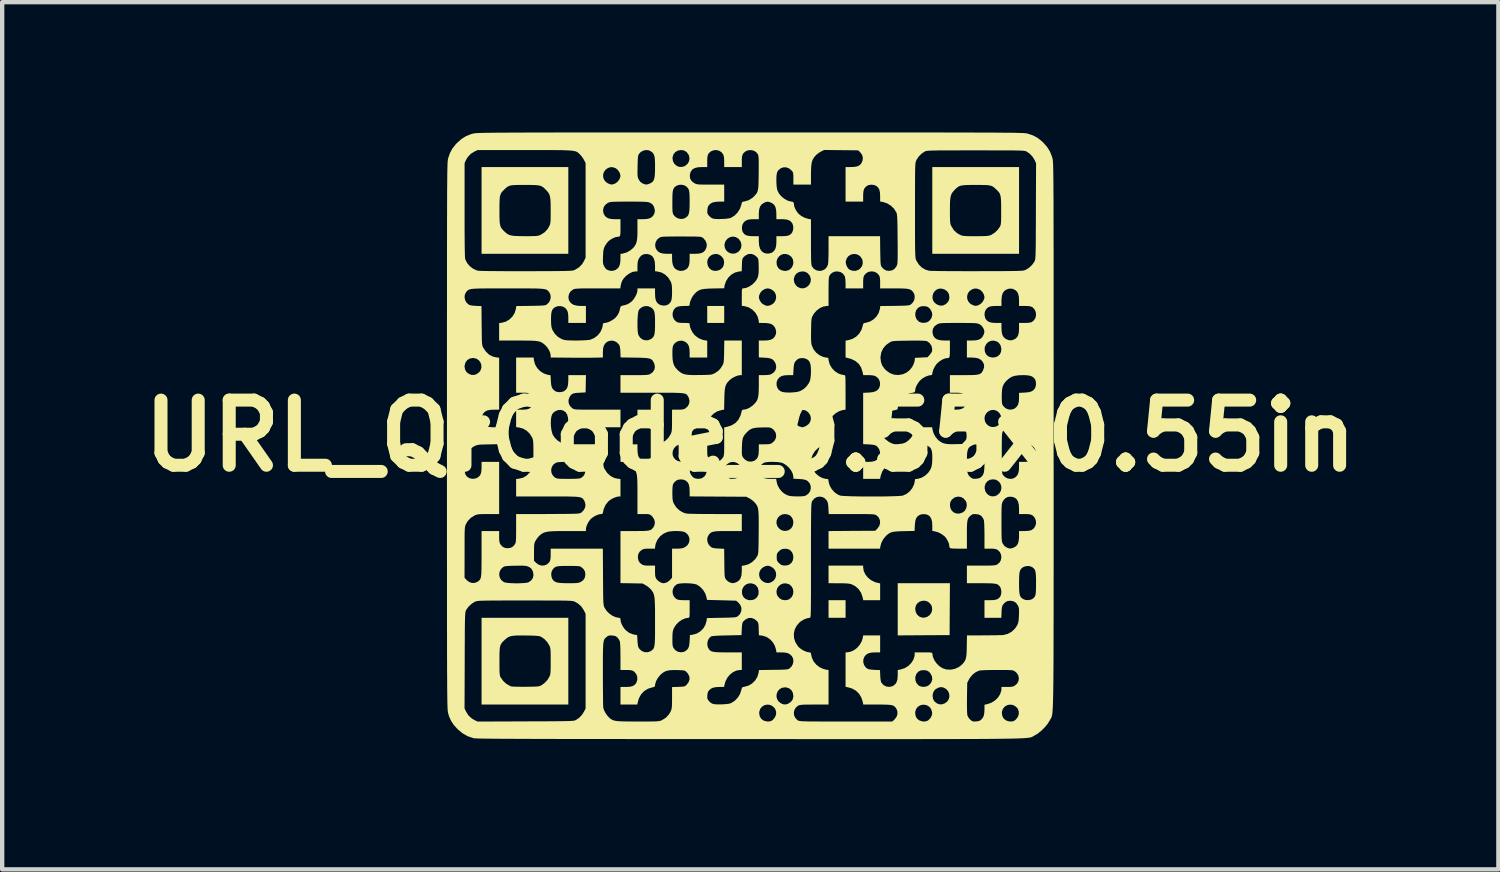
<source format=kicad_pcb>
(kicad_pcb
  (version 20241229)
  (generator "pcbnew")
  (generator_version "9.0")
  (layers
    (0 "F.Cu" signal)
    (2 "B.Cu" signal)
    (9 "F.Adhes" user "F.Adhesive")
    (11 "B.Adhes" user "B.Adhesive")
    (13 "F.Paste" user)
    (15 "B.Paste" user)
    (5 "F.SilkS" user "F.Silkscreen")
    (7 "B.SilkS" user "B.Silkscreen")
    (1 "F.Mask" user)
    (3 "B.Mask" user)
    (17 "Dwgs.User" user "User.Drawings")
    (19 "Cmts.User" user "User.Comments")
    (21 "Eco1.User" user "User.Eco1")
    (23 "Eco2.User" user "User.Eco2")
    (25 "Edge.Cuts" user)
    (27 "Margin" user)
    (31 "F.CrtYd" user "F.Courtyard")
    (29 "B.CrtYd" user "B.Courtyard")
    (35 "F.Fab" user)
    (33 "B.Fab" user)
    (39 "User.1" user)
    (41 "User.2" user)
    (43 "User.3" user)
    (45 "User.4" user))
  (footprint "URL_QrCode_0.55x0.55in"
    (layer "F.Cu")
    (at 14.229 6.986)
    (property "Reference" "URL_QrCode_0.55x0.55in" (at 0 0 0) (layer "F.SilkS") (effects (font (size 1.5 1.5) (thickness 0.3))))
    (attr board_only exclude_from_pos_files exclude_from_bom)
    (fp_poly (pts (xy -2.194 -0.398) (xy -2.194 -0.196) (xy -2.396 -0.196) (xy -2.599 -0.196) (xy -2.599 -0.398) (xy -2.599 -0.601) (xy -2.396 -0.601) (xy -2.194 -0.601)) (stroke (width 0) (type solid)) (fill yes) (layer "F.SilkS"))
    (fp_poly (pts (xy -0.601 -2.794) (xy -0.601 -2.599) (xy -0.796 -2.599) (xy -0.992 -2.599) (xy -0.992 -2.794) (xy -0.992 -2.99) (xy -0.796 -2.99) (xy -0.601 -2.99)) (stroke (width 0) (type solid)) (fill yes) (layer "F.SilkS"))
    (fp_poly (pts (xy 2.194 3.989) (xy 2.194 4.191) (xy 1.998 4.191) (xy 1.802 4.191) (xy 1.802 3.989) (xy 1.802 3.786) (xy 1.998 3.786) (xy 2.194 3.786)) (stroke (width 0) (type solid)) (fill yes) (layer "F.SilkS"))
    (fp_poly (pts (xy 2.599 3.03) (xy 2.612 3.112) (xy 2.649 3.192) (xy 2.706 3.264) (xy 2.779 3.324) (xy 2.863 3.367) (xy 2.915 3.383) (xy 2.99 3.399) (xy 2.99 3.593) (xy 2.99 3.786) (xy 2.795 3.786) (xy 2.601 3.786) (xy 2.585 3.713) (xy 2.551 3.616) (xy 2.493 3.53) (xy 2.416 3.462) (xy 2.323 3.415) (xy 2.284 3.407) (xy 2.221 3.4) (xy 2.134 3.397) (xy 2.036 3.396) (xy 1.802 3.395) (xy 1.802 3.192) (xy 1.802 2.99) (xy 2.2 2.99) (xy 2.599 2.99)) (stroke (width 0) (type solid)) (fill yes) (layer "F.SilkS"))
    (fp_poly (pts (xy 4.593 3.992) (xy 4.59 4.59) (xy 3.992 4.593) (xy 3.395 4.597) (xy 3.395 3.996) (xy 3.395 3.987) (xy 3.798 3.987) (xy 3.81 4.06) (xy 3.842 4.119) (xy 3.89 4.162) (xy 3.95 4.186) (xy 4.016 4.188) (xy 4.079 4.167) (xy 4.136 4.124) (xy 4.173 4.067) (xy 4.189 4.001) (xy 4.181 3.933) (xy 4.166 3.898) (xy 4.123 3.844) (xy 4.069 3.81) (xy 4.009 3.797) (xy 3.948 3.802) (xy 3.891 3.824) (xy 3.844 3.862) (xy 3.811 3.915) (xy 3.798 3.982) (xy 3.798 3.987) (xy 3.395 3.987) (xy 3.395 3.395) (xy 3.996 3.395) (xy 4.597 3.395)) (stroke (width 0) (type solid)) (fill yes) (layer "F.SilkS"))
    (fp_poly (pts (xy -4.191 -5.19) (xy -4.191 -4.191) (xy -5.19 -4.191) (xy -6.189 -4.191) (xy -6.189 -5.19) (xy -5.777 -5.19) (xy -5.777 -5.078) (xy -5.775 -4.989) (xy -5.771 -4.919) (xy -5.764 -4.866) (xy -5.753 -4.824) (xy -5.737 -4.79) (xy -5.714 -4.759) (xy -5.685 -4.727) (xy -5.663 -4.706) (xy -5.626 -4.672) (xy -5.592 -4.646) (xy -5.554 -4.627) (xy -5.51 -4.614) (xy -5.455 -4.605) (xy -5.385 -4.6) (xy -5.295 -4.598) (xy -5.19 -4.597) (xy -5.092 -4.597) (xy -5.017 -4.598) (xy -4.961 -4.6) (xy -4.919 -4.603) (xy -4.888 -4.607) (xy -4.863 -4.614) (xy -4.839 -4.624) (xy -4.827 -4.63) (xy -4.737 -4.686) (xy -4.666 -4.763) (xy -4.63 -4.827) (xy -4.619 -4.852) (xy -4.61 -4.876) (xy -4.605 -4.904) (xy -4.601 -4.94) (xy -4.598 -4.988) (xy -4.597 -5.054) (xy -4.597 -5.141) (xy -4.597 -5.19) (xy -4.598 -5.302) (xy -4.6 -5.391) (xy -4.605 -5.46) (xy -4.614 -5.514) (xy -4.628 -5.557) (xy -4.648 -5.594) (xy -4.674 -5.629) (xy -4.706 -5.663) (xy -4.74 -5.697) (xy -4.771 -5.724) (xy -4.802 -5.744) (xy -4.839 -5.758) (xy -4.885 -5.768) (xy -4.944 -5.773) (xy -5.02 -5.776) (xy -5.118 -5.777) (xy -5.19 -5.777) (xy -5.301 -5.777) (xy -5.388 -5.776) (xy -5.455 -5.773) (xy -5.507 -5.767) (xy -5.547 -5.757) (xy -5.579 -5.742) (xy -5.609 -5.723) (xy -5.64 -5.696) (xy -5.663 -5.674) (xy -5.697 -5.641) (xy -5.724 -5.61) (xy -5.744 -5.579) (xy -5.758 -5.542) (xy -5.768 -5.496) (xy -5.773 -5.436) (xy -5.776 -5.36) (xy -5.777 -5.262) (xy -5.777 -5.19) (xy -6.189 -5.19) (xy -6.189 -6.189) (xy -5.19 -6.189) (xy -4.191 -6.189)) (stroke (width 0) (type solid)) (fill yes) (layer "F.SilkS"))
    (fp_poly (pts (xy -4.191 5.19) (xy -4.191 6.189) (xy -5.19 6.189) (xy -6.189 6.189) (xy -6.189 5.19) (xy -5.777 5.19) (xy -5.777 5.295) (xy -5.776 5.376) (xy -5.775 5.437) (xy -5.772 5.481) (xy -5.767 5.513) (xy -5.762 5.537) (xy -5.754 5.556) (xy -5.751 5.561) (xy -5.694 5.642) (xy -5.62 5.711) (xy -5.535 5.76) (xy -5.505 5.772) (xy -5.481 5.775) (xy -5.433 5.777) (xy -5.368 5.779) (xy -5.288 5.78) (xy -5.199 5.78) (xy -5.169 5.78) (xy -5.069 5.779) (xy -4.993 5.777) (xy -4.936 5.775) (xy -4.895 5.772) (xy -4.864 5.767) (xy -4.841 5.76) (xy -4.821 5.751) (xy -4.813 5.747) (xy -4.74 5.695) (xy -4.675 5.627) (xy -4.628 5.551) (xy -4.626 5.547) (xy -4.616 5.523) (xy -4.609 5.498) (xy -4.604 5.466) (xy -4.6 5.425) (xy -4.598 5.368) (xy -4.597 5.293) (xy -4.597 5.194) (xy -4.597 5.19) (xy -4.597 5.092) (xy -4.598 5.017) (xy -4.599 4.961) (xy -4.603 4.92) (xy -4.607 4.888) (xy -4.614 4.863) (xy -4.624 4.839) (xy -4.63 4.826) (xy -4.679 4.747) (xy -4.745 4.678) (xy -4.818 4.629) (xy -4.839 4.62) (xy -4.864 4.614) (xy -4.899 4.609) (xy -4.947 4.605) (xy -5.012 4.602) (xy -5.098 4.6) (xy -5.169 4.599) (xy -5.283 4.598) (xy -5.373 4.599) (xy -5.443 4.603) (xy -5.499 4.611) (xy -5.543 4.623) (xy -5.58 4.641) (xy -5.615 4.665) (xy -5.651 4.696) (xy -5.655 4.699) (xy -5.692 4.734) (xy -5.72 4.765) (xy -5.741 4.797) (xy -5.757 4.834) (xy -5.767 4.88) (xy -5.773 4.939) (xy -5.776 5.015) (xy -5.777 5.112) (xy -5.777 5.19) (xy -6.189 5.19) (xy -6.189 4.191) (xy -5.19 4.191) (xy -4.191 4.191)) (stroke (width 0) (type solid)) (fill yes) (layer "F.SilkS"))
    (fp_poly (pts (xy 6.189 -5.19) (xy 6.189 -4.191) (xy 5.19 -4.191) (xy 4.191 -4.191) (xy 4.191 -5.19) (xy 4.597 -5.19) (xy 4.597 -5.092) (xy 4.598 -5.017) (xy 4.6 -4.961) (xy 4.603 -4.919) (xy 4.607 -4.888) (xy 4.614 -4.863) (xy 4.624 -4.839) (xy 4.63 -4.827) (xy 4.686 -4.737) (xy 4.763 -4.666) (xy 4.827 -4.63) (xy 4.852 -4.619) (xy 4.876 -4.61) (xy 4.904 -4.605) (xy 4.94 -4.601) (xy 4.988 -4.598) (xy 5.054 -4.597) (xy 5.141 -4.597) (xy 5.19 -4.597) (xy 5.29 -4.597) (xy 5.366 -4.598) (xy 5.423 -4.6) (xy 5.465 -4.604) (xy 5.497 -4.609) (xy 5.522 -4.616) (xy 5.546 -4.625) (xy 5.547 -4.626) (xy 5.622 -4.672) (xy 5.691 -4.736) (xy 5.744 -4.808) (xy 5.747 -4.813) (xy 5.757 -4.833) (xy 5.764 -4.853) (xy 5.769 -4.878) (xy 5.773 -4.912) (xy 5.775 -4.959) (xy 5.777 -5.023) (xy 5.777 -5.108) (xy 5.777 -5.19) (xy 5.777 -5.303) (xy 5.775 -5.392) (xy 5.771 -5.462) (xy 5.764 -5.515) (xy 5.753 -5.557) (xy 5.737 -5.592) (xy 5.714 -5.622) (xy 5.685 -5.654) (xy 5.663 -5.674) (xy 5.63 -5.705) (xy 5.6 -5.73) (xy 5.569 -5.748) (xy 5.535 -5.76) (xy 5.491 -5.769) (xy 5.435 -5.774) (xy 5.362 -5.776) (xy 5.268 -5.777) (xy 5.19 -5.777) (xy 5.078 -5.777) (xy 4.989 -5.775) (xy 4.919 -5.771) (xy 4.866 -5.764) (xy 4.824 -5.753) (xy 4.79 -5.737) (xy 4.759 -5.714) (xy 4.727 -5.685) (xy 4.706 -5.663) (xy 4.672 -5.626) (xy 4.646 -5.592) (xy 4.627 -5.554) (xy 4.614 -5.51) (xy 4.605 -5.455) (xy 4.6 -5.385) (xy 4.598 -5.295) (xy 4.597 -5.19) (xy 4.191 -5.19) (xy 4.191 -6.189) (xy 5.19 -6.189) (xy 6.189 -6.189)) (stroke (width 0) (type solid)) (fill yes) (layer "F.SilkS"))
    (fp_poly (pts (xy 0.499 -6.986) (xy 0.972 -6.986) (xy 1.417 -6.986) (xy 1.838 -6.986) (xy 2.233 -6.986) (xy 2.604 -6.986) (xy 2.952 -6.985) (xy 3.278 -6.985) (xy 3.581 -6.985) (xy 3.864 -6.985) (xy 4.127 -6.985) (xy 4.37 -6.985) (xy 4.594 -6.984) (xy 4.801 -6.984) (xy 4.99 -6.984) (xy 5.163 -6.983) (xy 5.321 -6.983) (xy 5.464 -6.982) (xy 5.592 -6.982) (xy 5.708 -6.981) (xy 5.811 -6.98) (xy 5.902 -6.979) (xy 5.983 -6.979) (xy 6.053 -6.978) (xy 6.114 -6.977) (xy 6.167 -6.975) (xy 6.211 -6.974) (xy 6.249 -6.973) (xy 6.28 -6.972) (xy 6.306 -6.97) (xy 6.327 -6.968) (xy 6.344 -6.967) (xy 6.358 -6.965) (xy 6.369 -6.963) (xy 6.379 -6.961) (xy 6.388 -6.959) (xy 6.391 -6.958) (xy 6.509 -6.918) (xy 6.614 -6.862) (xy 6.713 -6.784) (xy 6.749 -6.749) (xy 6.836 -6.65) (xy 6.9 -6.548) (xy 6.945 -6.436) (xy 6.958 -6.391) (xy 6.96 -6.382) (xy 6.962 -6.373) (xy 6.964 -6.362) (xy 6.966 -6.349) (xy 6.968 -6.333) (xy 6.969 -6.314) (xy 6.971 -6.29) (xy 6.972 -6.261) (xy 6.974 -6.226) (xy 6.975 -6.184) (xy 6.976 -6.134) (xy 6.977 -6.077) (xy 6.978 -6.01) (xy 6.979 -5.933) (xy 6.98 -5.846) (xy 6.981 -5.747) (xy 6.981 -5.636) (xy 6.982 -5.513) (xy 6.983 -5.375) (xy 6.983 -5.223) (xy 6.983 -5.056) (xy 6.984 -4.872) (xy 6.984 -4.672) (xy 6.984 -4.454) (xy 6.985 -4.218) (xy 6.985 -3.963) (xy 6.985 -3.688) (xy 6.985 -3.392) (xy 6.985 -3.074) (xy 6.985 -2.735) (xy 6.985 -2.372) (xy 6.985 -1.986) (xy 6.986 -1.575) (xy 6.986 -1.138) (xy 6.986 -0.676) (xy 6.985 -0.187) (xy 6.985 -0.001) (xy 6.985 0.503) (xy 6.986 0.98) (xy 6.986 1.431) (xy 6.986 1.856) (xy 6.986 2.256) (xy 6.986 2.632) (xy 6.986 2.984) (xy 6.985 3.314) (xy 6.985 3.623) (xy 6.985 3.91) (xy 6.985 4.177) (xy 6.984 4.424) (xy 6.984 4.653) (xy 6.983 4.864) (xy 6.983 5.057) (xy 6.982 5.234) (xy 6.981 5.396) (xy 6.98 5.542) (xy 6.979 5.675) (xy 6.977 5.794) (xy 6.976 5.9) (xy 6.974 5.995) (xy 6.972 6.078) (xy 6.97 6.152) (xy 6.968 6.215) (xy 6.965 6.27) (xy 6.962 6.317) (xy 6.959 6.357) (xy 6.956 6.391) (xy 6.952 6.418) (xy 6.948 6.441) (xy 6.944 6.459) (xy 6.94 6.474) (xy 6.935 6.487) (xy 6.93 6.498) (xy 6.924 6.507) (xy 6.919 6.516) (xy 6.912 6.526) (xy 6.906 6.537) (xy 6.899 6.55) (xy 6.898 6.552) (xy 6.848 6.633) (xy 6.78 6.716) (xy 6.7 6.794) (xy 6.617 6.86) (xy 6.552 6.898) (xy 6.539 6.905) (xy 6.528 6.912) (xy 6.518 6.918) (xy 6.508 6.924) (xy 6.499 6.929) (xy 6.489 6.934) (xy 6.476 6.939) (xy 6.462 6.943) (xy 6.444 6.948) (xy 6.422 6.952) (xy 6.395 6.955) (xy 6.362 6.959) (xy 6.324 6.962) (xy 6.278 6.965) (xy 6.224 6.967) (xy 6.161 6.97) (xy 6.09 6.972) (xy 6.008 6.974) (xy 5.915 6.975) (xy 5.81 6.977) (xy 5.693 6.978) (xy 5.562 6.98) (xy 5.418 6.981) (xy 5.259 6.982) (xy 5.084 6.982) (xy 4.893 6.983) (xy 4.684 6.984) (xy 4.458 6.984) (xy 4.214 6.984) (xy 3.95 6.985) (xy 3.665 6.985) (xy 3.36 6.985) (xy 3.033 6.985) (xy 2.684 6.985) (xy 2.312 6.985) (xy 1.915 6.985) (xy 1.494 6.985) (xy 1.047 6.985) (xy 0.574 6.984) (xy 0.074 6.984) (xy -0.007 6.984) (xy -0.514 6.984) (xy -0.994 6.984) (xy -1.448 6.984) (xy -1.876 6.984) (xy -2.279 6.984) (xy -2.657 6.984) (xy -3.012 6.983) (xy -3.345 6.983) (xy -3.655 6.983) (xy -3.944 6.982) (xy -4.212 6.982) (xy -4.46 6.982) (xy -4.689 6.981) (xy -4.9 6.981) (xy -5.093 6.98) (xy -5.269 6.98) (xy -5.429 6.979) (xy -5.574 6.978) (xy -5.703 6.978) (xy -5.819 6.977) (xy -5.921 6.976) (xy -6.011 6.975) (xy -6.089 6.974) (xy -6.156 6.973) (xy -6.213 6.972) (xy -6.26 6.971) (xy -6.298 6.969) (xy -6.328 6.968) (xy -6.35 6.967) (xy -6.366 6.965) (xy -6.376 6.964) (xy -6.377 6.963) (xy -6.511 6.918) (xy -6.633 6.847) (xy -6.742 6.755) (xy -6.828 6.66) (xy -6.891 6.565) (xy -6.937 6.462) (xy -6.958 6.391) (xy -6.96 6.382) (xy -6.962 6.373) (xy -6.964 6.362) (xy -6.966 6.349) (xy -6.968 6.333) (xy -6.969 6.314) (xy -6.971 6.29) (xy -6.972 6.277) (xy -6.581 6.277) (xy -6.548 6.348) (xy -6.492 6.439) (xy -6.416 6.509) (xy -6.35 6.548) (xy -6.28 6.581) (xy -5.176 6.577) (xy -4.975 6.576) (xy -4.799 6.576) (xy -4.647 6.575) (xy -4.518 6.574) (xy -4.409 6.573) (xy -4.318 6.572) (xy -4.244 6.571) (xy -4.184 6.569) (xy -4.137 6.567) (xy -4.101 6.565) (xy -4.074 6.562) (xy -4.054 6.559) (xy -4.039 6.555) (xy -4.026 6.55) (xy -4.017 6.546) (xy -3.941 6.495) (xy -3.874 6.423) (xy -3.828 6.349) (xy -3.793 6.28) (xy -3.793 5.294) (xy -3.395 5.294) (xy -3.395 5.457) (xy -3.395 5.487) (xy -3.395 5.628) (xy -3.394 5.762) (xy -3.393 5.887) (xy -3.392 5.998) (xy -3.391 6.094) (xy -3.39 6.171) (xy -3.388 6.227) (xy -3.387 6.259) (xy -3.386 6.263) (xy -3.367 6.322) (xy -3.333 6.387) (xy -3.289 6.449) (xy -3.242 6.498) (xy -3.24 6.5) (xy -3.214 6.52) (xy -3.189 6.536) (xy -3.162 6.549) (xy -3.13 6.559) (xy -3.09 6.567) (xy -3.039 6.572) (xy -2.973 6.576) (xy -2.891 6.578) (xy -2.787 6.579) (xy -2.661 6.58) (xy -2.592 6.58) (xy -2.462 6.58) (xy -2.357 6.58) (xy -2.274 6.579) (xy -2.209 6.578) (xy -2.159 6.576) (xy -2.122 6.573) (xy -2.095 6.569) (xy -2.073 6.564) (xy -2.054 6.557) (xy -2.035 6.549) (xy -2.033 6.548) (xy -1.943 6.491) (xy -1.872 6.414) (xy -1.856 6.386) (xy 0.204 6.386) (xy 0.216 6.458) (xy 0.251 6.517) (xy 0.305 6.558) (xy 0.376 6.578) (xy 0.408 6.58) (xy 0.457 6.576) (xy 0.496 6.559) (xy 0.523 6.538) (xy 0.57 6.48) (xy 0.594 6.415) (xy 0.594 6.348) (xy 0.569 6.284) (xy 0.557 6.267) (xy 0.505 6.22) (xy 0.445 6.195) (xy 0.382 6.191) (xy 0.321 6.206) (xy 0.269 6.239) (xy 0.229 6.288) (xy 0.207 6.352) (xy 0.204 6.386) (xy -1.856 6.386) (xy -1.835 6.35) (xy -1.823 6.323) (xy -1.815 6.296) (xy -1.809 6.265) (xy -1.805 6.225) (xy -1.803 6.17) (xy -1.803 6.096) (xy -1.802 6.033) (xy -1.802 5.787) (xy -1.657 5.782) (xy -1.59 5.779) (xy -1.545 5.775) (xy -1.515 5.769) (xy -1.493 5.758) (xy -1.474 5.742) (xy -1.423 5.679) (xy -1.399 5.613) (xy -1.403 5.546) (xy -1.434 5.48) (xy -1.474 5.435) (xy -1.491 5.42) (xy -1.51 5.41) (xy -1.536 5.404) (xy -1.576 5.399) (xy -1.633 5.397) (xy -1.685 5.395) (xy -1.787 5.395) (xy -1.867 5.401) (xy -1.931 5.414) (xy -1.985 5.438) (xy -2.035 5.473) (xy -2.075 5.51) (xy -2.13 5.578) (xy -2.17 5.651) (xy -2.191 5.722) (xy -2.194 5.75) (xy -2.199 5.772) (xy -2.222 5.785) (xy -2.246 5.791) (xy -2.352 5.823) (xy -2.442 5.878) (xy -2.514 5.953) (xy -2.566 6.046) (xy -2.592 6.137) (xy -2.602 6.189) (xy -2.796 6.189) (xy -2.99 6.189) (xy -2.99 5.987) (xy -2.99 5.784) (xy -2.867 5.784) (xy -2.78 5.78) (xy -2.716 5.766) (xy -2.668 5.74) (xy -2.633 5.701) (xy -2.624 5.685) (xy -2.602 5.618) (xy -2.604 5.549) (xy -2.627 5.486) (xy -2.671 5.434) (xy -2.689 5.421) (xy -2.718 5.407) (xy -2.753 5.398) (xy -2.801 5.394) (xy -2.862 5.393) (xy -2.99 5.393) (xy -2.99 5.089) (xy -2.991 4.996) (xy -2.992 4.911) (xy -2.995 4.836) (xy -2.999 4.778) (xy -3.002 4.742) (xy -3.004 4.736) (xy -3.024 4.692) (xy -3.054 4.651) (xy -3.06 4.646) (xy -3.092 4.62) (xy -3.128 4.606) (xy -3.181 4.6) (xy -3.183 4.599) (xy -3.231 4.598) (xy -3.264 4.603) (xy -3.291 4.618) (xy -3.31 4.633) (xy -3.328 4.648) (xy -3.344 4.663) (xy -3.357 4.68) (xy -3.367 4.7) (xy -3.375 4.727) (xy -3.382 4.763) (xy -3.387 4.81) (xy -3.39 4.871) (xy -3.393 4.947) (xy -3.394 5.041) (xy -3.395 5.156) (xy -3.395 5.294) (xy -3.793 5.294) (xy -3.793 5.19) (xy -3.793 4.101) (xy -3.832 4.021) (xy -3.891 3.931) (xy -3.97 3.861) (xy -4.037 3.823) (xy -4.049 3.817) (xy -4.062 3.813) (xy -4.077 3.809) (xy -4.097 3.805) (xy -4.123 3.802) (xy -4.157 3.8) (xy -4.202 3.798) (xy -4.259 3.796) (xy -4.33 3.795) (xy -4.417 3.794) (xy -4.523 3.794) (xy -4.648 3.794) (xy -4.795 3.793) (xy -4.965 3.793) (xy -5.162 3.793) (xy -5.19 3.793) (xy -5.39 3.793) (xy -5.565 3.793) (xy -5.715 3.793) (xy -5.842 3.794) (xy -5.95 3.794) (xy -6.04 3.795) (xy -6.113 3.796) (xy -6.171 3.798) (xy -6.218 3.799) (xy -6.253 3.802) (xy -6.281 3.805) (xy -6.301 3.808) (xy -6.317 3.812) (xy -6.33 3.817) (xy -6.342 3.822) (xy -6.345 3.823) (xy -6.418 3.869) (xy -6.486 3.931) (xy -6.538 4.002) (xy -6.546 4.017) (xy -6.551 4.028) (xy -6.555 4.041) (xy -6.559 4.057) (xy -6.563 4.078) (xy -6.565 4.107) (xy -6.568 4.144) (xy -6.57 4.193) (xy -6.571 4.255) (xy -6.573 4.332) (xy -6.574 4.426) (xy -6.575 4.538) (xy -6.575 4.671) (xy -6.576 4.827) (xy -6.577 5.007) (xy -6.577 5.175) (xy -6.581 6.277) (xy -6.972 6.277) (xy -6.972 6.261) (xy -6.974 6.226) (xy -6.975 6.184) (xy -6.976 6.134) (xy -6.977 6.077) (xy -6.978 6.01) (xy -6.979 5.933) (xy -6.98 5.846) (xy -6.981 5.747) (xy -6.981 5.636) (xy -6.982 5.513) (xy -6.983 5.375) (xy -6.983 5.223) (xy -6.984 5.056) (xy -6.984 4.872) (xy -6.984 4.672) (xy -6.985 4.454) (xy -6.985 4.218) (xy -6.985 3.963) (xy -6.985 3.687) (xy -6.985 3.392) (xy -6.985 3.074) (xy -6.986 2.735) (xy -6.986 2.372) (xy -6.986 1.985) (xy -6.986 1.574) (xy -6.986 1.138) (xy -6.986 0.676) (xy -6.986 0.186) (xy -6.986 0) (xy -6.986 -0.499) (xy -6.986 -0.972) (xy -6.986 -1.417) (xy -6.986 -1.592) (xy -6.581 -1.592) (xy -6.568 -1.521) (xy -6.532 -1.464) (xy -6.484 -1.427) (xy -6.417 -1.401) (xy -6.351 -1.403) (xy -6.301 -1.422) (xy -6.244 -1.463) (xy -6.208 -1.516) (xy -6.192 -1.576) (xy -6.195 -1.636) (xy -6.216 -1.693) (xy -6.254 -1.741) (xy -6.307 -1.776) (xy -6.375 -1.791) (xy -6.393 -1.792) (xy -6.463 -1.778) (xy -6.52 -1.742) (xy -6.56 -1.687) (xy -6.579 -1.618) (xy -6.581 -1.592) (xy -6.986 -1.592) (xy -6.986 -1.838) (xy -6.986 -2.233) (xy -6.986 -2.604) (xy -6.985 -2.952) (xy -6.985 -3.192) (xy -6.581 -3.192) (xy -6.568 -3.126) (xy -6.536 -3.067) (xy -6.488 -3.023) (xy -6.455 -3.008) (xy -6.405 -2.999) (xy -6.333 -2.993) (xy -6.321 -2.992) (xy -6.191 -2.987) (xy -6.187 -2.538) (xy -6.185 -2.413) (xy -6.184 -2.314) (xy -6.183 -2.236) (xy -6.181 -2.176) (xy -6.178 -2.131) (xy -6.174 -2.098) (xy -6.169 -2.074) (xy -6.163 -2.055) (xy -6.155 -2.038) (xy -6.152 -2.031) (xy -6.089 -1.938) (xy -6.014 -1.868) (xy -5.928 -1.824) (xy -5.855 -1.807) (xy -5.784 -1.798) (xy -5.784 -1.2) (xy -5.784 -0.601) (xy -5.904 -0.601) (xy -5.992 -0.597) (xy -6.058 -0.583) (xy -6.108 -0.557) (xy -6.146 -0.518) (xy -6.149 -0.515) (xy -6.18 -0.45) (xy -6.185 -0.383) (xy -6.167 -0.318) (xy -6.128 -0.263) (xy -6.074 -0.225) (xy -6.03 -0.208) (xy -5.98 -0.199) (xy -5.914 -0.196) (xy -5.899 -0.196) (xy -5.784 -0.196) (xy -5.784 -0.001) (xy -5.784 0.193) (xy -6.032 0.198) (xy -6.122 0.2) (xy -6.189 0.202) (xy -6.238 0.205) (xy -6.274 0.21) (xy -6.304 0.218) (xy -6.331 0.228) (xy -6.36 0.242) (xy -6.444 0.296) (xy -6.511 0.367) (xy -6.556 0.449) (xy -6.559 0.458) (xy -6.57 0.507) (xy -6.577 0.572) (xy -6.581 0.646) (xy -6.581 0.723) (xy -6.578 0.795) (xy -6.571 0.854) (xy -6.56 0.893) (xy -6.559 0.895) (xy -6.519 0.946) (xy -6.464 0.978) (xy -6.402 0.991) (xy -6.338 0.986) (xy -6.279 0.962) (xy -6.231 0.92) (xy -6.212 0.888) (xy -6.197 0.838) (xy -6.19 0.764) (xy -6.189 0.721) (xy -6.189 0.601) (xy -5.987 0.601) (xy -5.784 0.601) (xy -5.784 1.202) (xy -5.784 1.802) (xy -6.032 1.802) (xy -6.122 1.803) (xy -6.19 1.804) (xy -6.239 1.806) (xy -6.276 1.811) (xy -6.305 1.817) (xy -6.331 1.827) (xy -6.35 1.835) (xy -6.44 1.892) (xy -6.511 1.968) (xy -6.548 2.033) (xy -6.556 2.05) (xy -6.562 2.067) (xy -6.567 2.087) (xy -6.572 2.111) (xy -6.575 2.144) (xy -6.577 2.187) (xy -6.579 2.243) (xy -6.58 2.316) (xy -6.58 2.408) (xy -6.58 2.522) (xy -6.58 2.661) (xy -6.58 2.686) (xy -6.581 3.268) (xy -6.538 3.317) (xy -6.48 3.364) (xy -6.415 3.388) (xy -6.348 3.388) (xy -6.284 3.364) (xy -6.267 3.352) (xy -6.248 3.336) (xy -6.232 3.32) (xy -6.22 3.302) (xy -6.21 3.278) (xy -6.202 3.246) (xy -6.197 3.202) (xy -6.196 3.196) (xy -5.783 3.196) (xy -5.771 3.261) (xy -5.738 3.319) (xy -5.684 3.364) (xy -5.672 3.371) (xy -5.636 3.381) (xy -5.578 3.389) (xy -5.504 3.394) (xy -5.422 3.397) (xy -5.338 3.397) (xy -5.257 3.394) (xy -5.186 3.389) (xy -5.132 3.381) (xy -5.105 3.372) (xy -5.045 3.33) (xy -5.007 3.274) (xy -4.993 3.207) (xy -4.995 3.196) (xy -4.585 3.196) (xy -4.576 3.256) (xy -4.56 3.297) (xy -4.536 3.33) (xy -4.506 3.355) (xy -4.467 3.373) (xy -4.414 3.385) (xy -4.343 3.392) (xy -4.25 3.395) (xy -4.192 3.395) (xy -4.104 3.395) (xy -4.039 3.393) (xy -3.991 3.39) (xy -3.956 3.385) (xy -3.929 3.377) (xy -3.906 3.367) (xy -3.847 3.325) (xy -3.811 3.268) (xy -3.798 3.194) (xy -3.798 3.19) (xy -3.807 3.127) (xy -3.837 3.074) (xy -3.889 3.026) (xy -3.905 3.016) (xy -3.923 3.008) (xy -3.948 3.003) (xy -3.983 3) (xy -4.035 2.998) (xy -4.106 2.997) (xy -4.191 2.997) (xy -4.29 2.997) (xy -4.366 2.999) (xy -4.422 3.003) (xy -4.463 3.011) (xy -4.494 3.024) (xy -4.519 3.042) (xy -4.541 3.068) (xy -4.558 3.09) (xy -4.579 3.137) (xy -4.585 3.196) (xy -4.995 3.196) (xy -5.004 3.134) (xy -5.014 3.11) (xy -5.038 3.065) (xy -5.069 3.036) (xy -5.107 3.016) (xy -5.133 3.006) (xy -5.16 2.998) (xy -5.193 2.994) (xy -5.236 2.991) (xy -5.295 2.991) (xy -5.376 2.992) (xy -5.412 2.992) (xy -5.503 2.994) (xy -5.57 2.997) (xy -5.619 3.001) (xy -5.652 3.006) (xy -5.676 3.014) (xy -5.691 3.022) (xy -5.743 3.071) (xy -5.774 3.131) (xy -5.783 3.196) (xy -6.196 3.196) (xy -6.193 3.145) (xy -6.191 3.071) (xy -6.19 2.977) (xy -6.189 2.862) (xy -6.189 2.721) (xy -6.189 2.718) (xy -6.189 2.194) (xy -5.987 2.194) (xy -5.784 2.194) (xy -5.784 2.323) (xy -5.783 2.391) (xy -5.778 2.438) (xy -5.769 2.472) (xy -5.757 2.497) (xy -5.711 2.551) (xy -5.652 2.582) (xy -5.589 2.59) (xy -5.517 2.579) (xy -5.46 2.546) (xy -5.42 2.497) (xy -5.412 2.48) (xy -5.405 2.461) (xy -5.4 2.435) (xy -5.397 2.399) (xy -5.395 2.348) (xy -5.394 2.28) (xy -5.393 2.189) (xy -5.393 2.127) (xy -5.393 1.802) (xy -4.991 1.802) (xy -4.865 1.802) (xy -4.726 1.802) (xy -4.584 1.801) (xy -4.448 1.8) (xy -4.325 1.799) (xy -4.259 1.799) (xy -4.154 1.798) (xy -4.073 1.796) (xy -4.012 1.794) (xy -3.968 1.791) (xy -3.938 1.787) (xy -3.916 1.782) (xy -3.901 1.774) (xy -3.889 1.767) (xy -3.834 1.71) (xy -3.802 1.646) (xy -3.797 1.577) (xy -3.817 1.507) (xy -3.827 1.489) (xy -3.84 1.47) (xy -3.852 1.453) (xy -3.866 1.439) (xy -3.885 1.428) (xy -3.91 1.419) (xy -3.944 1.412) (xy -3.99 1.406) (xy -4.05 1.402) (xy -4.125 1.4) (xy -4.219 1.398) (xy -4.333 1.397) (xy -4.469 1.397) (xy -4.631 1.397) (xy -4.672 1.397) (xy -5.393 1.397) (xy -5.393 1.197) (xy -5.393 0.996) (xy -5.322 0.987) (xy -5.228 0.963) (xy -5.145 0.912) (xy -5.073 0.837) (xy -5.039 0.783) (xy -4.586 0.783) (xy -4.58 0.848) (xy -4.553 0.907) (xy -4.507 0.956) (xy -4.492 0.966) (xy -4.474 0.975) (xy -4.452 0.982) (xy -4.42 0.987) (xy -4.376 0.99) (xy -4.314 0.991) (xy -4.23 0.992) (xy -4.194 0.992) (xy -4.096 0.991) (xy -4.022 0.99) (xy -3.968 0.986) (xy -3.93 0.981) (xy -3.905 0.974) (xy -3.898 0.971) (xy -3.845 0.93) (xy -3.812 0.875) (xy -3.798 0.812) (xy -3.803 0.749) (xy -3.828 0.69) (xy -3.872 0.642) (xy -3.898 0.625) (xy -3.921 0.616) (xy -3.949 0.609) (xy -3.987 0.605) (xy -4.041 0.602) (xy -4.114 0.601) (xy -4.191 0.601) (xy -4.284 0.601) (xy -4.353 0.603) (xy -4.403 0.606) (xy -4.44 0.61) (xy -4.466 0.618) (xy -4.484 0.625) (xy -4.538 0.666) (xy -4.572 0.721) (xy -4.586 0.783) (xy -5.039 0.783) (xy -5.026 0.763) (xy -5.015 0.742) (xy -5.008 0.721) (xy -5.002 0.695) (xy -4.999 0.66) (xy -4.996 0.612) (xy -4.995 0.546) (xy -4.995 0.458) (xy -4.995 0.405) (xy -4.995 0.305) (xy -4.996 0.228) (xy -4.998 0.17) (xy -5.001 0.128) (xy -5.005 0.096) (xy -5.012 0.071) (xy -5.021 0.048) (xy -5.024 0.041) (xy -5.079 -0.048) (xy -5.151 -0.118) (xy -5.236 -0.167) (xy -5.33 -0.192) (xy -5.332 -0.192) (xy -5.393 -0.199) (xy -5.393 -0.4) (xy -5.393 -0.601) (xy -5.267 -0.601) (xy -5.186 -0.604) (xy -5.126 -0.613) (xy -5.081 -0.632) (xy -5.045 -0.662) (xy -5.031 -0.679) (xy -4.999 -0.74) (xy -4.992 -0.807) (xy -5.009 -0.874) (xy -5.05 -0.934) (xy -5.066 -0.949) (xy -5.089 -0.969) (xy -5.111 -0.981) (xy -5.137 -0.988) (xy -5.176 -0.991) (xy -5.233 -0.992) (xy -5.254 -0.992) (xy -5.393 -0.992) (xy -5.393 -1.397) (xy -5.393 -1.802) (xy -5.192 -1.802) (xy -4.991 -1.802) (xy -4.982 -1.736) (xy -4.957 -1.644) (xy -4.908 -1.56) (xy -4.84 -1.489) (xy -4.758 -1.436) (xy -4.667 -1.405) (xy -4.656 -1.403) (xy -4.6 -1.394) (xy -4.593 -1.262) (xy -4.587 -1.186) (xy -4.576 -1.131) (xy -4.557 -1.09) (xy -4.528 -1.056) (xy -4.497 -1.03) (xy -4.45 -1.01) (xy -4.39 -1.004) (xy -4.33 -1.012) (xy -4.287 -1.029) (xy -4.244 -1.064) (xy -4.215 -1.11) (xy -4.198 -1.172) (xy -4.192 -1.256) (xy -4.191 -1.275) (xy -4.191 -1.397) (xy -3.988 -1.397) (xy -3.785 -1.397) (xy -3.789 -1.198) (xy -3.793 -0.999) (xy -3.933 -0.992) (xy -4.01 -0.987) (xy -4.064 -0.978) (xy -4.103 -0.962) (xy -4.132 -0.938) (xy -4.157 -0.902) (xy -4.164 -0.89) (xy -4.187 -0.823) (xy -4.184 -0.756) (xy -4.157 -0.693) (xy -4.108 -0.641) (xy -4.089 -0.628) (xy -4.077 -0.621) (xy -4.062 -0.615) (xy -4.041 -0.611) (xy -4.013 -0.607) (xy -3.974 -0.605) (xy -3.922 -0.603) (xy -3.853 -0.602) (xy -3.765 -0.601) (xy -3.654 -0.601) (xy -3.518 -0.601) (xy -3.517 -0.601) (xy -2.99 -0.601) (xy -2.99 -0.398) (xy -2.99 -0.196) (xy -3.591 -0.196) (xy -4.191 -0.196) (xy -4.191 -0.318) (xy -4.198 -0.416) (xy -4.219 -0.491) (xy -4.254 -0.545) (xy -4.306 -0.58) (xy -4.362 -0.596) (xy -4.421 -0.593) (xy -4.482 -0.571) (xy -4.534 -0.534) (xy -4.56 -0.502) (xy -4.58 -0.449) (xy -4.591 -0.378) (xy -4.595 -0.294) (xy -4.59 -0.207) (xy -4.578 -0.123) (xy -4.559 -0.05) (xy -4.547 -0.021) (xy -4.503 0.045) (xy -4.44 0.107) (xy -4.367 0.155) (xy -4.353 0.162) (xy -4.333 0.171) (xy -4.313 0.179) (xy -4.291 0.184) (xy -4.263 0.189) (xy -4.225 0.192) (xy -4.175 0.194) (xy -4.109 0.195) (xy -4.023 0.195) (xy -3.915 0.195) (xy -3.84 0.195) (xy -3.398 0.196) (xy -3.393 0.451) (xy -3.39 0.543) (xy -3.388 0.612) (xy -3.384 0.663) (xy -3.379 0.7) (xy -3.372 0.728) (xy -3.363 0.751) (xy -3.357 0.763) (xy -3.295 0.856) (xy -3.22 0.925) (xy -3.135 0.97) (xy -3.061 0.987) (xy -2.99 0.996) (xy -2.99 1.197) (xy -2.99 1.397) (xy -3.024 1.397) (xy -3.079 1.406) (xy -3.144 1.43) (xy -3.208 1.464) (xy -3.262 1.504) (xy -3.27 1.511) (xy -3.335 1.594) (xy -3.377 1.691) (xy -3.389 1.744) (xy -3.397 1.781) (xy -3.409 1.798) (xy -3.432 1.802) (xy -3.442 1.802) (xy -3.495 1.812) (xy -3.556 1.836) (xy -3.618 1.871) (xy -3.67 1.912) (xy -3.673 1.915) (xy -3.715 1.967) (xy -3.751 2.029) (xy -3.776 2.092) (xy -3.786 2.147) (xy -3.786 2.148) (xy -3.786 2.194) (xy -4.21 2.194) (xy -4.345 2.194) (xy -4.456 2.195) (xy -4.545 2.198) (xy -4.616 2.202) (xy -4.673 2.209) (xy -4.718 2.219) (xy -4.755 2.231) (xy -4.788 2.248) (xy -4.819 2.269) (xy -4.836 2.281) (xy -4.876 2.32) (xy -4.916 2.37) (xy -4.937 2.403) (xy -4.955 2.434) (xy -4.966 2.461) (xy -4.974 2.489) (xy -4.978 2.524) (xy -4.98 2.573) (xy -4.981 2.641) (xy -4.981 2.679) (xy -4.981 2.878) (xy -4.93 2.929) (xy -4.871 2.97) (xy -4.806 2.989) (xy -4.741 2.985) (xy -4.68 2.96) (xy -4.632 2.914) (xy -4.624 2.902) (xy -4.61 2.873) (xy -4.602 2.837) (xy -4.598 2.787) (xy -4.597 2.728) (xy -4.597 2.599) (xy -3.996 2.599) (xy -3.396 2.599) (xy -3.392 3.245) (xy -3.391 3.396) (xy -3.39 3.522) (xy -3.389 3.626) (xy -3.388 3.709) (xy -3.386 3.775) (xy -3.384 3.826) (xy -3.381 3.864) (xy -3.377 3.893) (xy -3.373 3.916) (xy -3.368 3.933) (xy -3.361 3.949) (xy -3.358 3.956) (xy -3.314 4.026) (xy -3.253 4.089) (xy -3.181 4.141) (xy -3.105 4.176) (xy -3.032 4.191) (xy -3.024 4.191) (xy -3 4.196) (xy -2.991 4.214) (xy -2.99 4.237) (xy -2.98 4.292) (xy -2.954 4.356) (xy -2.917 4.42) (xy -2.873 4.473) (xy -2.872 4.474) (xy -2.792 4.536) (xy -2.702 4.572) (xy -2.665 4.58) (xy -2.606 4.59) (xy -2.598 4.724) (xy -2.593 4.792) (xy -2.586 4.839) (xy -2.575 4.873) (xy -2.559 4.901) (xy -2.557 4.903) (xy -2.507 4.952) (xy -2.445 4.98) (xy -2.377 4.986) (xy -2.312 4.969) (xy -2.29 4.956) (xy -2.267 4.94) (xy -2.247 4.924) (xy -2.232 4.906) (xy -2.22 4.882) (xy -2.211 4.85) (xy -2.204 4.808) (xy -2.199 4.752) (xy -2.196 4.68) (xy -2.196 4.673) (xy -1.794 4.673) (xy -1.794 4.748) (xy -1.792 4.801) (xy -1.787 4.838) (xy -1.779 4.866) (xy -1.767 4.89) (xy -1.722 4.942) (xy -1.663 4.975) (xy -1.597 4.986) (xy -1.531 4.976) (xy -1.499 4.96) (xy -1.459 4.931) (xy -1.431 4.896) (xy -1.412 4.849) (xy -1.402 4.786) (xy -1.402 4.784) (xy -0.991 4.784) (xy -0.984 4.85) (xy -0.964 4.897) (xy -0.945 4.924) (xy -0.925 4.945) (xy -0.899 4.961) (xy -0.864 4.972) (xy -0.817 4.98) (xy -0.753 4.985) (xy -0.67 4.987) (xy -0.564 4.988) (xy -0.518 4.988) (xy -0.196 4.988) (xy -0.196 5.19) (xy -0.196 5.393) (xy -0.235 5.393) (xy -0.318 5.406) (xy -0.398 5.443) (xy -0.47 5.5) (xy -0.53 5.573) (xy -0.573 5.658) (xy -0.588 5.709) (xy -0.605 5.784) (xy -0.704 5.784) (xy -0.791 5.788) (xy -0.857 5.801) (xy -0.907 5.824) (xy -0.943 5.854) (xy -0.968 5.886) (xy -0.982 5.923) (xy -0.989 5.975) (xy -0.989 5.977) (xy -0.991 6.026) (xy -0.986 6.058) (xy -0.971 6.085) (xy -0.956 6.105) (xy -0.924 6.138) (xy -0.89 6.162) (xy -0.85 6.177) (xy -0.798 6.184) (xy -0.727 6.186) (xy -0.664 6.185) (xy -0.57 6.18) (xy -0.501 6.172) (xy -0.453 6.16) (xy -0.443 6.156) (xy -0.361 6.105) (xy -0.291 6.033) (xy -0.269 5.998) (xy 0.602 5.998) (xy 0.615 6.058) (xy 0.646 6.113) (xy 0.699 6.157) (xy 0.713 6.165) (xy 0.771 6.186) (xy 0.827 6.185) (xy 0.871 6.17) (xy 0.932 6.131) (xy 0.974 6.076) (xy 0.991 6.01) (xy 0.992 5.996) (xy 0.98 5.92) (xy 0.947 5.859) (xy 0.895 5.816) (xy 0.828 5.795) (xy 0.797 5.793) (xy 0.728 5.804) (xy 0.673 5.836) (xy 0.633 5.882) (xy 0.609 5.938) (xy 0.602 5.998) (xy -0.269 5.998) (xy -0.237 5.946) (xy -0.204 5.848) (xy -0.203 5.838) (xy -0.194 5.806) (xy -0.179 5.79) (xy -0.149 5.782) (xy -0.131 5.779) (xy -0.04 5.753) (xy 0.042 5.704) (xy 0.11 5.637) (xy 0.161 5.556) (xy 0.189 5.465) (xy 0.191 5.457) (xy 0.199 5.395) (xy 0.53 5.39) (xy 0.636 5.389) (xy 0.719 5.387) (xy 0.781 5.384) (xy 0.825 5.381) (xy 0.857 5.377) (xy 0.879 5.371) (xy 0.895 5.363) (xy 0.899 5.361) (xy 0.949 5.314) (xy 0.981 5.254) (xy 0.993 5.188) (xy 0.984 5.124) (xy 0.954 5.071) (xy 0.912 5.031) (xy 0.862 5.005) (xy 0.797 4.992) (xy 0.714 4.988) (xy 0.603 4.988) (xy 0.593 4.928) (xy 0.565 4.834) (xy 0.515 4.75) (xy 0.449 4.681) (xy 0.369 4.63) (xy 0.28 4.603) (xy 0.268 4.601) (xy 0.198 4.593) (xy 0.197 4.558) (xy 1.003 4.558) (xy 1.007 4.655) (xy 1.036 4.749) (xy 1.09 4.837) (xy 1.121 4.873) (xy 1.175 4.916) (xy 1.24 4.953) (xy 1.307 4.979) (xy 1.363 4.988) (xy 1.39 4.995) (xy 1.397 5.013) (xy 1.401 5.04) (xy 1.411 5.083) (xy 1.419 5.113) (xy 1.458 5.196) (xy 1.519 5.27) (xy 1.596 5.33) (xy 1.686 5.371) (xy 1.743 5.385) (xy 1.802 5.395) (xy 1.802 5.792) (xy 1.802 6.189) (xy 1.477 6.189) (xy 1.371 6.19) (xy 1.289 6.19) (xy 1.227 6.192) (xy 1.181 6.195) (xy 1.148 6.2) (xy 1.124 6.205) (xy 1.105 6.213) (xy 1.104 6.214) (xy 1.051 6.255) (xy 1.017 6.31) (xy 1.003 6.372) (xy 1.009 6.436) (xy 1.035 6.496) (xy 1.082 6.545) (xy 1.096 6.554) (xy 1.105 6.559) (xy 1.116 6.564) (xy 1.132 6.567) (xy 1.154 6.57) (xy 1.184 6.573) (xy 1.223 6.575) (xy 1.275 6.576) (xy 1.341 6.578) (xy 1.422 6.579) (xy 1.521 6.579) (xy 1.64 6.58) (xy 1.78 6.58) (xy 1.943 6.58) (xy 2.132 6.58) (xy 2.204 6.58) (xy 3.268 6.581) (xy 3.317 6.538) (xy 3.364 6.48) (xy 3.388 6.415) (xy 3.388 6.392) (xy 3.797 6.392) (xy 3.81 6.463) (xy 3.846 6.519) (xy 3.901 6.559) (xy 3.971 6.579) (xy 3.998 6.58) (xy 4.051 6.575) (xy 4.092 6.556) (xy 4.107 6.544) (xy 4.16 6.485) (xy 4.186 6.421) (xy 4.187 6.368) (xy 4.167 6.299) (xy 4.13 6.247) (xy 4.081 6.213) (xy 4.025 6.195) (xy 3.967 6.193) (xy 3.91 6.208) (xy 3.861 6.239) (xy 3.822 6.285) (xy 3.8 6.347) (xy 3.797 6.392) (xy 3.388 6.392) (xy 3.388 6.348) (xy 3.364 6.284) (xy 3.352 6.267) (xy 3.332 6.244) (xy 3.311 6.225) (xy 3.285 6.212) (xy 3.252 6.202) (xy 3.206 6.196) (xy 3.145 6.192) (xy 3.064 6.19) (xy 2.961 6.189) (xy 2.922 6.189) (xy 2.602 6.189) (xy 2.592 6.137) (xy 2.559 6.031) (xy 2.534 5.989) (xy 4.198 5.989) (xy 4.209 6.062) (xy 4.241 6.118) (xy 4.297 6.161) (xy 4.304 6.165) (xy 4.359 6.185) (xy 4.412 6.185) (xy 4.458 6.169) (xy 4.989 6.169) (xy 4.99 6.275) (xy 4.992 6.357) (xy 4.996 6.414) (xy 5.001 6.443) (xy 5.021 6.484) (xy 5.054 6.526) (xy 5.067 6.539) (xy 5.098 6.564) (xy 5.126 6.577) (xy 5.16 6.58) (xy 5.2 6.578) (xy 5.253 6.571) (xy 5.29 6.558) (xy 5.322 6.533) (xy 5.323 6.532) (xy 5.357 6.49) (xy 5.379 6.438) (xy 5.387 6.386) (xy 5.793 6.386) (xy 5.805 6.458) (xy 5.84 6.517) (xy 5.894 6.558) (xy 5.964 6.578) (xy 5.997 6.58) (xy 6.046 6.576) (xy 6.084 6.559) (xy 6.111 6.538) (xy 6.159 6.48) (xy 6.183 6.415) (xy 6.183 6.348) (xy 6.158 6.284) (xy 6.146 6.267) (xy 6.093 6.22) (xy 6.033 6.195) (xy 5.97 6.191) (xy 5.91 6.206) (xy 5.857 6.239) (xy 5.817 6.288) (xy 5.795 6.352) (xy 5.793 6.386) (xy 5.387 6.386) (xy 5.39 6.37) (xy 5.393 6.293) (xy 5.393 6.194) (xy 5.468 6.177) (xy 5.557 6.145) (xy 5.637 6.094) (xy 5.704 6.028) (xy 5.752 5.953) (xy 5.78 5.871) (xy 5.784 5.824) (xy 5.784 5.784) (xy 5.913 5.784) (xy 5.981 5.783) (xy 6.029 5.778) (xy 6.063 5.769) (xy 6.087 5.757) (xy 6.143 5.709) (xy 6.175 5.65) (xy 6.185 5.586) (xy 6.172 5.521) (xy 6.137 5.463) (xy 6.093 5.425) (xy 6.078 5.415) (xy 6.062 5.408) (xy 6.042 5.402) (xy 6.014 5.398) (xy 5.974 5.396) (xy 5.92 5.394) (xy 5.847 5.393) (xy 5.751 5.393) (xy 5.682 5.393) (xy 5.556 5.394) (xy 5.449 5.396) (xy 5.364 5.399) (xy 5.303 5.403) (xy 5.268 5.408) (xy 5.267 5.409) (xy 5.19 5.444) (xy 5.118 5.501) (xy 5.058 5.573) (xy 5.037 5.609) (xy 4.995 5.691) (xy 4.99 6.042) (xy 4.989 6.169) (xy 4.458 6.169) (xy 4.471 6.165) (xy 4.477 6.162) (xy 4.534 6.121) (xy 4.569 6.068) (xy 4.585 6.007) (xy 4.581 5.945) (xy 4.558 5.886) (xy 4.516 5.836) (xy 4.457 5.801) (xy 4.442 5.796) (xy 4.402 5.788) (xy 4.365 5.791) (xy 4.325 5.804) (xy 4.26 5.84) (xy 4.219 5.892) (xy 4.2 5.959) (xy 4.198 5.989) (xy 2.534 5.989) (xy 2.504 5.94) (xy 2.43 5.868) (xy 2.337 5.817) (xy 2.246 5.791) (xy 2.194 5.781) (xy 2.194 5.384) (xy 2.194 4.988) (xy 2.225 4.988) (xy 2.307 4.974) (xy 2.388 4.938) (xy 2.461 4.882) (xy 2.522 4.811) (xy 2.567 4.731) (xy 2.585 4.672) (xy 2.601 4.597) (xy 2.795 4.597) (xy 2.99 4.597) (xy 2.99 4.792) (xy 2.99 4.988) (xy 2.875 4.988) (xy 2.788 4.993) (xy 2.722 5.008) (xy 2.673 5.036) (xy 2.633 5.08) (xy 2.63 5.084) (xy 2.604 5.147) (xy 2.601 5.215) (xy 2.621 5.28) (xy 2.661 5.337) (xy 2.691 5.36) (xy 2.724 5.375) (xy 2.775 5.384) (xy 2.848 5.39) (xy 2.858 5.391) (xy 2.987 5.396) (xy 2.992 5.525) (xy 2.998 5.601) (xy 3.007 5.654) (xy 3.021 5.689) (xy 3.023 5.692) (xy 3.071 5.743) (xy 3.132 5.774) (xy 3.2 5.783) (xy 3.266 5.77) (xy 3.299 5.752) (xy 3.344 5.714) (xy 3.373 5.664) (xy 3.39 5.6) (xy 3.392 5.561) (xy 3.799 5.561) (xy 3.802 5.631) (xy 3.827 5.695) (xy 3.873 5.747) (xy 3.888 5.758) (xy 3.943 5.778) (xy 4.006 5.782) (xy 4.067 5.769) (xy 4.116 5.742) (xy 4.116 5.741) (xy 4.148 5.706) (xy 4.172 5.67) (xy 4.191 5.605) (xy 4.183 5.539) (xy 4.15 5.475) (xy 4.116 5.436) (xy 4.078 5.411) (xy 4.025 5.399) (xy 4.006 5.397) (xy 3.931 5.402) (xy 3.87 5.431) (xy 3.825 5.483) (xy 3.82 5.493) (xy 3.799 5.561) (xy 3.392 5.561) (xy 3.395 5.514) (xy 3.395 5.509) (xy 3.395 5.395) (xy 3.47 5.379) (xy 3.561 5.349) (xy 3.641 5.298) (xy 3.707 5.232) (xy 3.756 5.156) (xy 3.782 5.073) (xy 3.786 5.028) (xy 3.786 4.988) (xy 3.989 4.988) (xy 4.068 4.988) (xy 4.124 4.989) (xy 4.159 4.992) (xy 4.18 4.996) (xy 4.189 5.003) (xy 4.191 5.013) (xy 4.191 5.013) (xy 4.204 5.089) (xy 4.238 5.168) (xy 4.29 5.242) (xy 4.355 5.306) (xy 4.426 5.352) (xy 4.516 5.381) (xy 4.613 5.386) (xy 4.708 5.368) (xy 4.797 5.329) (xy 4.867 5.276) (xy 4.904 5.236) (xy 4.932 5.2) (xy 4.953 5.161) (xy 4.967 5.116) (xy 4.976 5.059) (xy 4.982 4.985) (xy 4.985 4.89) (xy 4.985 4.852) (xy 4.99 4.597) (xy 5.377 4.596) (xy 5.481 4.595) (xy 5.58 4.594) (xy 5.668 4.593) (xy 5.741 4.591) (xy 5.796 4.59) (xy 5.826 4.588) (xy 5.826 4.588) (xy 5.928 4.562) (xy 6.02 4.512) (xy 6.095 4.441) (xy 6.144 4.367) (xy 6.16 4.332) (xy 6.171 4.297) (xy 6.179 4.255) (xy 6.183 4.198) (xy 6.187 4.133) (xy 6.189 4.06) (xy 6.188 4.008) (xy 6.185 3.971) (xy 6.177 3.941) (xy 6.165 3.912) (xy 6.163 3.909) (xy 6.121 3.849) (xy 6.064 3.812) (xy 5.992 3.798) (xy 5.984 3.798) (xy 5.921 3.807) (xy 5.868 3.837) (xy 5.82 3.889) (xy 5.805 3.914) (xy 5.796 3.947) (xy 5.79 3.994) (xy 5.786 4.06) (xy 5.781 4.191) (xy 5.587 4.191) (xy 5.393 4.191) (xy 5.393 3.989) (xy 5.393 3.786) (xy 5.522 3.786) (xy 5.607 3.783) (xy 5.67 3.77) (xy 5.716 3.747) (xy 5.749 3.712) (xy 5.764 3.687) (xy 5.78 3.631) (xy 5.78 3.566) (xy 5.765 3.505) (xy 5.748 3.474) (xy 5.729 3.451) (xy 5.708 3.432) (xy 5.682 3.418) (xy 5.646 3.408) (xy 5.598 3.402) (xy 5.544 3.398) (xy 6.189 3.398) (xy 6.189 3.398) (xy 6.19 3.5) (xy 6.193 3.577) (xy 6.2 3.635) (xy 6.21 3.678) (xy 6.227 3.71) (xy 6.249 3.736) (xy 6.28 3.758) (xy 6.28 3.758) (xy 6.336 3.781) (xy 6.402 3.785) (xy 6.466 3.772) (xy 6.493 3.759) (xy 6.521 3.739) (xy 6.543 3.717) (xy 6.559 3.689) (xy 6.57 3.65) (xy 6.576 3.597) (xy 6.579 3.525) (xy 6.58 3.431) (xy 6.58 3.392) (xy 6.58 3.29) (xy 6.577 3.211) (xy 6.571 3.152) (xy 6.562 3.108) (xy 6.547 3.076) (xy 6.526 3.051) (xy 6.498 3.029) (xy 6.489 3.023) (xy 6.435 3.002) (xy 6.371 2.999) (xy 6.309 3.013) (xy 6.274 3.031) (xy 6.246 3.054) (xy 6.225 3.08) (xy 6.209 3.113) (xy 6.199 3.157) (xy 6.193 3.216) (xy 6.19 3.295) (xy 6.189 3.398) (xy 5.544 3.398) (xy 5.534 3.398) (xy 5.45 3.396) (xy 5.343 3.395) (xy 5.311 3.395) (xy 4.988 3.395) (xy 4.988 3.192) (xy 4.988 2.99) (xy 5.313 2.99) (xy 5.418 2.99) (xy 5.5 2.989) (xy 5.561 2.987) (xy 5.606 2.984) (xy 5.639 2.98) (xy 5.662 2.974) (xy 5.681 2.967) (xy 5.685 2.964) (xy 5.737 2.922) (xy 5.769 2.867) (xy 5.782 2.803) (xy 5.775 2.739) (xy 5.749 2.68) (xy 5.702 2.632) (xy 5.694 2.627) (xy 5.665 2.613) (xy 5.63 2.604) (xy 5.582 2.6) (xy 5.521 2.599) (xy 5.393 2.599) (xy 5.393 2.295) (xy 5.392 2.202) (xy 5.39 2.116) (xy 5.388 2.042) (xy 5.385 1.996) (xy 5.784 1.996) (xy 5.784 2.118) (xy 5.785 2.214) (xy 5.786 2.289) (xy 5.787 2.347) (xy 5.79 2.389) (xy 5.794 2.421) (xy 5.799 2.445) (xy 5.805 2.464) (xy 5.813 2.481) (xy 5.85 2.535) (xy 5.9 2.57) (xy 5.951 2.591) (xy 5.994 2.596) (xy 6.039 2.586) (xy 6.075 2.571) (xy 6.124 2.539) (xy 6.158 2.494) (xy 6.179 2.431) (xy 6.188 2.346) (xy 6.189 2.309) (xy 6.189 2.194) (xy 6.309 2.194) (xy 6.395 2.19) (xy 6.456 2.179) (xy 6.477 2.171) (xy 6.53 2.132) (xy 6.564 2.078) (xy 6.58 2.016) (xy 6.576 1.952) (xy 6.553 1.892) (xy 6.511 1.842) (xy 6.493 1.83) (xy 6.464 1.816) (xy 6.428 1.807) (xy 6.378 1.803) (xy 6.319 1.802) (xy 6.189 1.802) (xy 6.189 1.68) (xy 6.183 1.582) (xy 6.162 1.506) (xy 6.126 1.452) (xy 6.074 1.418) (xy 6.006 1.402) (xy 5.934 1.407) (xy 5.873 1.437) (xy 5.826 1.492) (xy 5.816 1.509) (xy 5.807 1.528) (xy 5.8 1.546) (xy 5.794 1.568) (xy 5.79 1.597) (xy 5.788 1.636) (xy 5.786 1.688) (xy 5.785 1.758) (xy 5.784 1.847) (xy 5.784 1.961) (xy 5.784 1.996) (xy 5.385 1.996) (xy 5.384 1.984) (xy 5.38 1.948) (xy 5.379 1.941) (xy 5.359 1.898) (xy 5.329 1.857) (xy 5.323 1.851) (xy 5.291 1.826) (xy 5.254 1.812) (xy 5.202 1.805) (xy 5.2 1.805) (xy 5.152 1.803) (xy 5.119 1.808) (xy 5.092 1.823) (xy 5.073 1.839) (xy 5.047 1.862) (xy 5.027 1.885) (xy 5.012 1.913) (xy 5.002 1.95) (xy 4.995 1.997) (xy 4.99 2.061) (xy 4.988 2.144) (xy 4.988 2.25) (xy 4.988 2.284) (xy 4.988 2.599) (xy 4.794 2.599) (xy 4.713 2.598) (xy 4.656 2.596) (xy 4.619 2.591) (xy 4.597 2.582) (xy 4.586 2.566) (xy 4.583 2.543) (xy 4.582 2.524) (xy 4.573 2.48) (xy 4.55 2.426) (xy 4.519 2.37) (xy 4.483 2.324) (xy 4.481 2.321) (xy 4.414 2.268) (xy 4.333 2.225) (xy 4.251 2.201) (xy 4.191 2.191) (xy 4.191 2.072) (xy 4.186 1.98) (xy 4.167 1.91) (xy 4.135 1.858) (xy 4.094 1.826) (xy 4.04 1.807) (xy 3.977 1.804) (xy 3.917 1.815) (xy 3.898 1.823) (xy 3.854 1.853) (xy 3.823 1.893) (xy 3.803 1.948) (xy 3.792 2.024) (xy 3.789 2.061) (xy 3.783 2.191) (xy 3.536 2.196) (xy 3.435 2.199) (xy 3.357 2.204) (xy 3.297 2.211) (xy 3.25 2.222) (xy 3.211 2.238) (xy 3.176 2.261) (xy 3.139 2.292) (xy 3.13 2.3) (xy 3.066 2.374) (xy 3.019 2.462) (xy 2.997 2.539) (xy 2.987 2.599) (xy 2.395 2.599) (xy 1.802 2.599) (xy 1.802 2.397) (xy 1.802 2.194) (xy 2.34 2.19) (xy 2.878 2.187) (xy 2.929 2.135) (xy 2.97 2.077) (xy 2.989 2.012) (xy 2.985 1.946) (xy 2.96 1.886) (xy 2.913 1.837) (xy 2.902 1.83) (xy 2.889 1.823) (xy 2.874 1.817) (xy 2.854 1.812) (xy 2.826 1.809) (xy 2.787 1.806) (xy 2.734 1.805) (xy 2.665 1.803) (xy 2.577 1.803) (xy 2.466 1.802) (xy 2.332 1.802) (xy 1.806 1.802) (xy 1.799 1.671) (xy 1.794 1.6) (xy 1.793 1.592) (xy 4.597 1.592) (xy 4.608 1.667) (xy 4.641 1.726) (xy 4.69 1.768) (xy 4.75 1.79) (xy 4.819 1.79) (xy 4.891 1.765) (xy 4.897 1.762) (xy 4.944 1.721) (xy 4.974 1.664) (xy 4.986 1.6) (xy 4.977 1.535) (xy 4.96 1.499) (xy 4.912 1.443) (xy 4.852 1.41) (xy 4.785 1.4) (xy 4.717 1.415) (xy 4.698 1.425) (xy 4.64 1.47) (xy 4.606 1.528) (xy 4.597 1.592) (xy 1.793 1.592) (xy 1.786 1.549) (xy 1.773 1.511) (xy 1.762 1.491) (xy 1.716 1.439) (xy 1.658 1.409) (xy 1.594 1.4) (xy 1.531 1.412) (xy 1.474 1.445) (xy 1.428 1.498) (xy 1.422 1.51) (xy 1.417 1.519) (xy 1.414 1.532) (xy 1.411 1.549) (xy 1.408 1.572) (xy 1.406 1.604) (xy 1.404 1.645) (xy 1.402 1.698) (xy 1.401 1.764) (xy 1.4 1.845) (xy 1.399 1.942) (xy 1.398 2.058) (xy 1.398 2.194) (xy 1.397 2.352) (xy 1.397 2.534) (xy 1.397 2.74) (xy 1.397 2.875) (xy 1.397 3.096) (xy 1.397 3.291) (xy 1.397 3.462) (xy 1.397 3.609) (xy 1.396 3.736) (xy 1.396 3.842) (xy 1.395 3.931) (xy 1.394 4.003) (xy 1.392 4.061) (xy 1.391 4.105) (xy 1.389 4.138) (xy 1.386 4.162) (xy 1.383 4.177) (xy 1.38 4.186) (xy 1.376 4.19) (xy 1.372 4.191) (xy 1.372 4.191) (xy 1.308 4.202) (xy 1.237 4.229) (xy 1.168 4.27) (xy 1.135 4.296) (xy 1.067 4.375) (xy 1.022 4.463) (xy 1.003 4.558) (xy 0.197 4.558) (xy 0.193 4.449) (xy 0.191 4.383) (xy 0.187 4.338) (xy 0.18 4.308) (xy 0.169 4.287) (xy 0.154 4.268) (xy 0.091 4.217) (xy 0.024 4.194) (xy -0.043 4.197) (xy -0.108 4.228) (xy -0.154 4.268) (xy -0.17 4.288) (xy -0.181 4.311) (xy -0.188 4.343) (xy -0.192 4.391) (xy -0.196 4.448) (xy -0.203 4.59) (xy -0.538 4.597) (xy -0.658 4.6) (xy -0.752 4.603) (xy -0.822 4.608) (xy -0.87 4.613) (xy -0.899 4.619) (xy -0.905 4.622) (xy -0.95 4.662) (xy -0.979 4.719) (xy -0.991 4.784) (xy -1.402 4.784) (xy -1.397 4.723) (xy -1.39 4.59) (xy -1.323 4.58) (xy -1.232 4.554) (xy -1.15 4.504) (xy -1.082 4.436) (xy -1.034 4.353) (xy -1.008 4.263) (xy -0.999 4.198) (xy -0.663 4.191) (xy -0.558 4.189) (xy -0.476 4.187) (xy -0.415 4.184) (xy -0.371 4.181) (xy -0.339 4.177) (xy -0.317 4.171) (xy -0.3 4.163) (xy -0.285 4.154) (xy -0.284 4.153) (xy -0.237 4.104) (xy -0.209 4.04) (xy -0.204 3.972) (xy -0.209 3.943) (xy -0.234 3.891) (xy -0.278 3.838) (xy -0.325 3.798) (xy -0.34 3.797) (xy -0.378 3.796) (xy -0.436 3.794) (xy -0.511 3.792) (xy -0.598 3.789) (xy -0.663 3.788) (xy -0.998 3.779) (xy -1.008 3.721) (xy -1.037 3.632) (xy -1.072 3.574) (xy -0.192 3.574) (xy -0.188 3.649) (xy -0.16 3.711) (xy -0.112 3.756) (xy -0.047 3.782) (xy 0 3.786) (xy 0.061 3.778) (xy 0.108 3.759) (xy 0.159 3.712) (xy 0.188 3.651) (xy 0.192 3.58) (xy 0.602 3.58) (xy 0.609 3.645) (xy 0.625 3.685) (xy 0.669 3.739) (xy 0.727 3.774) (xy 0.794 3.787) (xy 0.862 3.778) (xy 0.904 3.759) (xy 0.953 3.714) (xy 0.982 3.657) (xy 0.992 3.594) (xy 0.983 3.53) (xy 0.954 3.473) (xy 0.908 3.428) (xy 0.888 3.417) (xy 0.82 3.398) (xy 0.755 3.402) (xy 0.697 3.427) (xy 0.65 3.467) (xy 0.617 3.519) (xy 0.602 3.58) (xy 0.192 3.58) (xy 0.192 3.576) (xy 0.174 3.503) (xy 0.134 3.447) (xy 0.089 3.416) (xy 0.02 3.397) (xy -0.047 3.402) (xy -0.107 3.429) (xy -0.155 3.475) (xy -0.185 3.536) (xy -0.192 3.574) (xy -1.072 3.574) (xy -1.088 3.548) (xy -1.158 3.476) (xy -1.229 3.428) (xy -1.272 3.415) (xy -1.333 3.404) (xy -1.407 3.398) (xy -1.486 3.395) (xy -1.562 3.397) (xy -1.629 3.403) (xy -1.678 3.414) (xy -1.69 3.419) (xy -1.743 3.46) (xy -1.777 3.516) (xy -1.791 3.579) (xy -1.785 3.643) (xy -1.76 3.702) (xy -1.715 3.75) (xy -1.69 3.766) (xy -1.645 3.779) (xy -1.573 3.785) (xy -1.524 3.786) (xy -1.397 3.786) (xy -1.397 3.989) (xy -1.397 4.068) (xy -1.398 4.124) (xy -1.401 4.159) (xy -1.405 4.18) (xy -1.412 4.189) (xy -1.422 4.191) (xy -1.423 4.191) (xy -1.499 4.204) (xy -1.577 4.238) (xy -1.651 4.29) (xy -1.713 4.355) (xy -1.759 4.427) (xy -1.761 4.432) (xy -1.775 4.469) (xy -1.785 4.506) (xy -1.791 4.55) (xy -1.793 4.609) (xy -1.794 4.673) (xy -2.196 4.673) (xy -2.194 4.589) (xy -2.194 4.477) (xy -2.194 4.34) (xy -2.194 4.288) (xy -2.194 4.139) (xy -2.194 4.014) (xy -2.196 3.912) (xy -2.199 3.829) (xy -2.203 3.762) (xy -2.209 3.709) (xy -2.218 3.667) (xy -2.229 3.632) (xy -2.243 3.603) (xy -2.261 3.575) (xy -2.281 3.547) (xy -2.32 3.507) (xy -2.37 3.467) (xy -2.403 3.445) (xy -2.48 3.402) (xy -2.735 3.397) (xy -2.99 3.393) (xy -2.99 2.794) (xy -2.59 2.794) (xy -2.579 2.866) (xy -2.546 2.923) (xy -2.497 2.963) (xy -2.468 2.976) (xy -2.432 2.985) (xy -2.382 2.989) (xy -2.323 2.99) (xy -2.194 2.99) (xy -2.194 3.121) (xy -2.193 3.186) (xy -2.189 3.23) (xy -2.181 3.262) (xy -2.168 3.289) (xy -2.162 3.299) (xy -2.121 3.342) (xy -2.069 3.376) (xy -2.016 3.394) (xy -2.001 3.395) (xy -1.966 3.39) (xy -1.925 3.377) (xy -1.923 3.376) (xy -1.884 3.352) (xy -1.846 3.318) (xy -1.84 3.312) (xy -1.802 3.267) (xy -1.802 2.933) (xy -1.802 2.599) (xy -1.687 2.599) (xy -1.62 2.597) (xy -1.571 2.59) (xy -1.53 2.577) (xy -1.509 2.567) (xy -1.451 2.524) (xy -1.415 2.468) (xy -1.4 2.406) (xy -1.406 2.343) (xy -1.434 2.283) (xy -1.483 2.234) (xy -1.51 2.218) (xy -1.553 2.205) (xy -1.615 2.197) (xy -1.689 2.193) (xy -1.767 2.194) (xy -1.841 2.201) (xy -1.902 2.212) (xy -1.909 2.214) (xy -2 2.255) (xy -2.078 2.316) (xy -2.138 2.393) (xy -2.177 2.481) (xy -2.188 2.532) (xy -2.197 2.599) (xy -2.325 2.599) (xy -2.392 2.6) (xy -2.439 2.605) (xy -2.474 2.614) (xy -2.497 2.626) (xy -2.551 2.672) (xy -2.582 2.731) (xy -2.59 2.794) (xy -2.99 2.794) (xy -2.99 2.793) (xy -2.99 2.194) (xy -2.668 2.194) (xy -2.556 2.193) (xy -2.468 2.192) (xy -2.401 2.189) (xy -2.351 2.183) (xy -2.313 2.175) (xy -2.286 2.163) (xy -2.264 2.146) (xy -2.244 2.124) (xy -2.237 2.116) (xy -2.205 2.054) (xy -2.198 1.987) (xy -2.215 1.921) (xy -2.256 1.86) (xy -2.272 1.845) (xy -2.295 1.825) (xy -2.317 1.813) (xy -2.343 1.806) (xy -2.381 1.803) (xy -2.439 1.802) (xy -2.459 1.802) (xy -2.599 1.802) (xy -2.599 1.365) (xy -2.599 1.311) (xy -1.795 1.311) (xy -1.794 1.39) (xy -1.791 1.447) (xy -1.786 1.489) (xy -1.777 1.523) (xy -1.766 1.552) (xy -1.709 1.644) (xy -1.633 1.717) (xy -1.567 1.756) (xy -1.537 1.77) (xy -1.51 1.781) (xy -1.481 1.788) (xy -1.444 1.793) (xy -1.394 1.796) (xy -1.327 1.797) (xy -1.243 1.799) (xy -1.161 1.8) (xy -1.058 1.801) (xy -0.94 1.801) (xy -0.816 1.802) (xy -0.691 1.802) (xy -0.597 1.802) (xy -0.196 1.802) (xy -0.196 1.998) (xy -0.196 2.194) (xy -0.51 2.194) (xy -0.624 2.194) (xy -0.713 2.195) (xy -0.781 2.199) (xy -0.833 2.205) (xy -0.872 2.215) (xy -0.902 2.228) (xy -0.926 2.246) (xy -0.949 2.27) (xy -0.954 2.277) (xy -0.985 2.333) (xy -0.993 2.397) (xy -0.98 2.462) (xy -0.948 2.521) (xy -0.9 2.566) (xy -0.867 2.58) (xy -0.817 2.59) (xy -0.744 2.596) (xy -0.732 2.596) (xy -0.602 2.602) (xy -0.598 2.932) (xy -0.597 3.037) (xy -0.595 3.118) (xy -0.593 3.178) (xy -0.59 3.222) (xy -0.586 3.252) (xy -0.58 3.274) (xy -0.573 3.291) (xy -0.563 3.306) (xy -0.563 3.306) (xy -0.519 3.35) (xy -0.464 3.381) (xy -0.408 3.394) (xy -0.405 3.394) (xy -0.371 3.389) (xy -0.327 3.374) (xy -0.313 3.368) (xy -0.261 3.333) (xy -0.225 3.282) (xy -0.203 3.211) (xy -0.203 3.2) (xy 0.202 3.2) (xy 0.214 3.262) (xy 0.248 3.318) (xy 0.298 3.36) (xy 0.362 3.388) (xy 0.423 3.392) (xy 0.484 3.372) (xy 0.541 3.332) (xy 0.578 3.278) (xy 0.595 3.217) (xy 0.591 3.153) (xy 0.568 3.094) (xy 0.525 3.044) (xy 0.472 3.012) (xy 0.427 2.996) (xy 0.393 2.993) (xy 0.355 3) (xy 0.352 3.001) (xy 0.286 3.033) (xy 0.238 3.081) (xy 0.21 3.138) (xy 0.202 3.2) (xy -0.203 3.2) (xy -0.196 3.118) (xy -0.196 3.106) (xy -0.196 2.994) (xy -0.132 2.985) (xy -0.043 2.959) (xy 0.041 2.91) (xy 0.113 2.841) (xy 0.145 2.794) (xy 0.608 2.794) (xy 0.61 2.844) (xy 0.618 2.877) (xy 0.635 2.905) (xy 0.65 2.921) (xy 0.682 2.951) (xy 0.713 2.973) (xy 0.72 2.976) (xy 0.772 2.988) (xy 0.834 2.986) (xy 0.889 2.971) (xy 0.895 2.968) (xy 0.946 2.928) (xy 0.978 2.873) (xy 0.991 2.81) (xy 0.986 2.746) (xy 0.963 2.686) (xy 0.921 2.637) (xy 0.892 2.619) (xy 0.837 2.602) (xy 0.779 2.602) (xy 0.729 2.611) (xy 0.691 2.631) (xy 0.659 2.66) (xy 0.63 2.691) (xy 0.614 2.719) (xy 0.609 2.754) (xy 0.608 2.794) (xy 0.145 2.794) (xy 0.158 2.773) (xy 0.166 2.758) (xy 0.173 2.741) (xy 0.178 2.72) (xy 0.182 2.692) (xy 0.185 2.654) (xy 0.187 2.603) (xy 0.189 2.536) (xy 0.191 2.45) (xy 0.192 2.341) (xy 0.193 2.224) (xy 0.194 2.081) (xy 0.194 2.02) (xy 0.603 2.02) (xy 0.624 2.084) (xy 0.629 2.092) (xy 0.678 2.149) (xy 0.739 2.182) (xy 0.809 2.192) (xy 0.88 2.175) (xy 0.888 2.171) (xy 0.941 2.132) (xy 0.975 2.079) (xy 0.99 2.017) (xy 0.988 1.953) (xy 0.966 1.894) (xy 0.926 1.845) (xy 0.895 1.824) (xy 0.853 1.81) (xy 0.804 1.803) (xy 0.795 1.802) (xy 0.727 1.814) (xy 0.67 1.848) (xy 0.629 1.896) (xy 0.605 1.955) (xy 0.603 2.02) (xy 0.194 2.02) (xy 0.194 1.964) (xy 0.193 1.868) (xy 0.19 1.791) (xy 0.186 1.73) (xy 0.179 1.682) (xy 0.169 1.644) (xy 0.156 1.612) (xy 0.139 1.584) (xy 0.119 1.557) (xy 0.103 1.538) (xy 0.06 1.497) (xy 0.007 1.457) (xy -0.019 1.442) (xy -0.091 1.404) (xy -0.744 1.4) (xy -1.397 1.396) (xy -1.397 1.274) (xy -1.402 1.186) (xy -1.416 1.12) (xy -1.443 1.071) (xy -1.484 1.035) (xy -1.493 1.029) (xy -1.546 1.009) (xy -1.608 1.004) (xy -1.666 1.013) (xy -1.702 1.03) (xy -1.739 1.06) (xy -1.764 1.089) (xy -1.781 1.123) (xy -1.79 1.168) (xy -1.794 1.229) (xy -1.795 1.311) (xy -2.599 1.311) (xy -2.599 1.229) (xy -2.6 1.117) (xy -2.602 1.028) (xy -2.607 0.956) (xy -2.613 0.9) (xy -2.624 0.855) (xy -2.637 0.818) (xy -2.655 0.787) (xy -2.664 0.777) (xy -1.394 0.777) (xy -1.39 0.841) (xy -1.37 0.89) (xy -1.342 0.93) (xy -1.31 0.962) (xy -1.302 0.968) (xy -1.252 0.986) (xy -1.191 0.991) (xy -1.131 0.982) (xy -1.104 0.971) (xy -1.051 0.93) (xy -1.018 0.875) (xy -1.003 0.812) (xy -1.004 0.807) (xy -0.597 0.807) (xy -0.579 0.874) (xy -0.538 0.934) (xy -0.521 0.951) (xy -0.49 0.976) (xy -0.463 0.988) (xy -0.428 0.991) (xy -0.389 0.989) (xy -0.336 0.982) (xy -0.299 0.969) (xy -0.267 0.945) (xy -0.265 0.943) (xy -0.234 0.903) (xy -0.211 0.857) (xy -0.209 0.85) (xy -0.208 0.837) (xy 0.205 0.837) (xy 0.226 0.896) (xy 0.229 0.9) (xy 0.263 0.941) (xy 0.305 0.969) (xy 0.361 0.985) (xy 0.437 0.991) (xy 0.47 0.992) (xy 0.597 0.992) (xy 0.606 1.059) (xy 0.629 1.14) (xy 0.672 1.219) (xy 0.73 1.288) (xy 0.774 1.324) (xy 0.82 1.353) (xy 0.862 1.372) (xy 0.908 1.385) (xy 0.965 1.392) (xy 1.038 1.395) (xy 1.083 1.396) (xy 1.159 1.395) (xy 1.213 1.392) (xy 1.252 1.385) (xy 1.282 1.374) (xy 1.284 1.373) (xy 1.341 1.33) (xy 1.377 1.275) (xy 1.393 1.212) (xy 1.389 1.148) (xy 1.364 1.089) (xy 1.317 1.04) (xy 1.3 1.028) (xy 1.262 1.013) (xy 1.208 1.002) (xy 1.131 0.995) (xy 1.123 0.995) (xy 0.992 0.988) (xy 0.992 0.945) (xy 0.979 0.877) (xy 0.945 0.807) (xy 0.895 0.739) (xy 0.832 0.68) (xy 0.763 0.636) (xy 0.73 0.623) (xy 0.681 0.612) (xy 0.614 0.604) (xy 0.54 0.601) (xy 1.397 0.601) (xy 1.41 0.696) (xy 1.447 0.785) (xy 1.503 0.863) (xy 1.575 0.927) (xy 1.658 0.972) (xy 1.728 0.99) (xy 1.795 0.999) (xy 1.805 1.066) (xy 1.83 1.151) (xy 1.877 1.231) (xy 1.94 1.301) (xy 2.015 1.354) (xy 2.067 1.376) (xy 2.099 1.381) (xy 2.155 1.386) (xy 2.232 1.389) (xy 2.326 1.393) (xy 2.434 1.395) (xy 2.552 1.397) (xy 2.677 1.398) (xy 2.805 1.398) (xy 2.933 1.398) (xy 3.057 1.397) (xy 3.173 1.395) (xy 3.278 1.392) (xy 3.369 1.389) (xy 3.442 1.385) (xy 3.493 1.381) (xy 3.515 1.376) (xy 3.598 1.338) (xy 3.672 1.279) (xy 3.725 1.212) (xy 5.397 1.212) (xy 5.414 1.281) (xy 5.45 1.336) (xy 5.501 1.375) (xy 5.561 1.395) (xy 5.626 1.392) (xy 5.683 1.369) (xy 5.737 1.323) (xy 5.77 1.266) (xy 5.783 1.205) (xy 5.776 1.144) (xy 5.751 1.088) (xy 5.71 1.043) (xy 5.654 1.012) (xy 5.589 1.002) (xy 5.516 1.014) (xy 5.458 1.049) (xy 5.417 1.101) (xy 5.397 1.169) (xy 5.397 1.212) (xy 3.725 1.212) (xy 3.731 1.204) (xy 3.771 1.12) (xy 3.784 1.066) (xy 3.794 0.999) (xy 3.86 0.99) (xy 3.947 0.964) (xy 4.028 0.916) (xy 4.098 0.85) (xy 4.15 0.773) (xy 4.171 0.721) (xy 4.182 0.667) (xy 4.189 0.594) (xy 4.988 0.594) (xy 4.989 0.694) (xy 4.992 0.77) (xy 4.998 0.828) (xy 5.009 0.871) (xy 5.025 0.904) (xy 5.047 0.932) (xy 5.073 0.956) (xy 5.103 0.978) (xy 5.131 0.989) (xy 5.168 0.991) (xy 5.2 0.989) (xy 5.253 0.982) (xy 5.29 0.969) (xy 5.322 0.944) (xy 5.323 0.943) (xy 5.347 0.916) (xy 5.365 0.885) (xy 5.378 0.846) (xy 5.386 0.794) (xy 5.391 0.725) (xy 5.393 0.634) (xy 5.393 0.588) (xy 5.391 0.484) (xy 5.386 0.403) (xy 5.385 0.396) (xy 5.791 0.396) (xy 5.791 0.398) (xy 5.791 0.525) (xy 5.792 0.627) (xy 5.793 0.707) (xy 5.794 0.769) (xy 5.796 0.814) (xy 5.8 0.847) (xy 5.804 0.87) (xy 5.809 0.886) (xy 5.816 0.899) (xy 5.816 0.899) (xy 5.864 0.949) (xy 5.923 0.981) (xy 5.989 0.993) (xy 6.053 0.984) (xy 6.106 0.954) (xy 6.146 0.913) (xy 6.171 0.863) (xy 6.185 0.799) (xy 6.189 0.714) (xy 6.189 0.713) (xy 6.189 0.601) (xy 6.302 0.601) (xy 6.387 0.597) (xy 6.451 0.583) (xy 6.501 0.558) (xy 6.542 0.518) (xy 6.543 0.518) (xy 6.573 0.462) (xy 6.581 0.397) (xy 6.568 0.332) (xy 6.536 0.273) (xy 6.488 0.228) (xy 6.456 0.214) (xy 6.406 0.205) (xy 6.334 0.199) (xy 6.32 0.198) (xy 6.189 0.192) (xy 6.189 0.079) (xy 6.184 -0.008) (xy 6.168 -0.074) (xy 6.139 -0.123) (xy 6.095 -0.163) (xy 6.093 -0.164) (xy 6.03 -0.191) (xy 5.962 -0.193) (xy 5.897 -0.173) (xy 5.84 -0.133) (xy 5.816 -0.103) (xy 5.809 -0.09) (xy 5.804 -0.074) (xy 5.8 -0.051) (xy 5.796 -0.018) (xy 5.794 0.027) (xy 5.793 0.088) (xy 5.792 0.168) (xy 5.791 0.27) (xy 5.791 0.396) (xy 5.385 0.396) (xy 5.376 0.342) (xy 5.36 0.298) (xy 5.335 0.264) (xy 5.302 0.239) (xy 5.276 0.224) (xy 5.225 0.203) (xy 5.185 0.198) (xy 5.142 0.208) (xy 5.104 0.225) (xy 5.065 0.246) (xy 5.036 0.271) (xy 5.016 0.303) (xy 5.002 0.347) (xy 4.993 0.407) (xy 4.989 0.486) (xy 4.988 0.588) (xy 4.988 0.594) (xy 4.189 0.594) (xy 4.189 0.594) (xy 4.191 0.509) (xy 4.191 0.504) (xy 4.189 0.416) (xy 4.18 0.35) (xy 4.164 0.302) (xy 4.136 0.266) (xy 4.096 0.237) (xy 4.075 0.226) (xy 4.007 0.202) (xy 3.945 0.205) (xy 3.886 0.236) (xy 3.861 0.256) (xy 3.827 0.296) (xy 3.804 0.345) (xy 3.791 0.408) (xy 3.787 0.493) (xy 3.787 0.506) (xy 3.786 0.601) (xy 3.552 0.601) (xy 3.442 0.603) (xy 3.358 0.607) (xy 3.298 0.613) (xy 3.265 0.621) (xy 3.172 0.668) (xy 3.095 0.737) (xy 3.038 0.822) (xy 3.003 0.919) (xy 2.988 0.992) (xy 2.793 0.992) (xy 2.599 0.992) (xy 2.599 0.796) (xy 2.599 0.601) (xy 2.714 0.601) (xy 2.801 0.596) (xy 2.866 0.581) (xy 2.916 0.552) (xy 2.955 0.509) (xy 2.958 0.504) (xy 2.985 0.441) (xy 2.987 0.374) (xy 2.968 0.308) (xy 2.927 0.252) (xy 2.898 0.228) (xy 2.865 0.214) (xy 2.815 0.205) (xy 2.743 0.199) (xy 2.729 0.198) (xy 2.599 0.192) (xy 2.599 -0.203) (xy 2.999 -0.203) (xy 3.011 -0.095) (xy 3.046 -0.003) (xy 3.105 0.075) (xy 3.188 0.138) (xy 3.217 0.154) (xy 3.266 0.177) (xy 3.304 0.19) (xy 3.345 0.194) (xy 3.399 0.193) (xy 3.409 0.192) (xy 3.502 0.18) (xy 3.57 0.157) (xy 3.638 0.111) (xy 3.698 0.049) (xy 3.746 -0.021) (xy 3.777 -0.093) (xy 3.786 -0.15) (xy 3.786 -0.196) (xy 3.987 -0.196) (xy 4.188 -0.196) (xy 4.197 -0.139) (xy 4.222 -0.054) (xy 4.267 0.028) (xy 4.325 0.096) (xy 4.333 0.103) (xy 4.383 0.14) (xy 4.435 0.167) (xy 4.496 0.184) (xy 4.57 0.192) (xy 4.664 0.194) (xy 4.701 0.193) (xy 4.876 0.189) (xy 4.928 0.136) (xy 4.958 0.104) (xy 4.974 0.076) (xy 4.98 0.042) (xy 4.981 0) (xy 4.979 -0.049) (xy 4.972 -0.081) (xy 4.954 -0.108) (xy 4.928 -0.136) (xy 4.876 -0.189) (xy 4.736 -0.193) (xy 4.597 -0.198) (xy 4.597 -0.399) (xy 4.597 -0.401) (xy 5.393 -0.401) (xy 5.405 -0.331) (xy 5.438 -0.273) (xy 5.487 -0.23) (xy 5.547 -0.205) (xy 5.612 -0.202) (xy 5.678 -0.221) (xy 5.698 -0.232) (xy 5.747 -0.279) (xy 5.775 -0.337) (xy 5.782 -0.401) (xy 5.77 -0.466) (xy 5.737 -0.523) (xy 5.686 -0.569) (xy 5.672 -0.577) (xy 5.608 -0.596) (xy 5.544 -0.591) (xy 5.485 -0.565) (xy 5.437 -0.522) (xy 5.404 -0.465) (xy 5.393 -0.401) (xy 4.597 -0.401) (xy 4.597 -0.601) (xy 4.719 -0.601) (xy 4.802 -0.605) (xy 4.865 -0.619) (xy 4.911 -0.644) (xy 4.948 -0.684) (xy 4.96 -0.702) (xy 4.983 -0.765) (xy 4.983 -0.833) (xy 4.961 -0.896) (xy 4.946 -0.915) (xy 5.791 -0.915) (xy 5.792 -0.84) (xy 5.793 -0.787) (xy 5.797 -0.75) (xy 5.803 -0.724) (xy 5.814 -0.703) (xy 5.825 -0.687) (xy 5.875 -0.637) (xy 5.938 -0.608) (xy 6.005 -0.602) (xy 6.071 -0.62) (xy 6.093 -0.632) (xy 6.138 -0.672) (xy 6.168 -0.721) (xy 6.184 -0.786) (xy 6.189 -0.872) (xy 6.189 -0.875) (xy 6.189 -0.988) (xy 6.321 -0.995) (xy 6.406 -1.003) (xy 6.468 -1.019) (xy 6.514 -1.045) (xy 6.547 -1.083) (xy 6.56 -1.104) (xy 6.577 -1.16) (xy 6.579 -1.224) (xy 6.566 -1.282) (xy 6.557 -1.299) (xy 6.525 -1.341) (xy 6.482 -1.369) (xy 6.424 -1.387) (xy 6.346 -1.396) (xy 6.284 -1.397) (xy 6.18 -1.394) (xy 6.096 -1.382) (xy 6.029 -1.362) (xy 5.971 -1.329) (xy 5.923 -1.29) (xy 5.874 -1.24) (xy 5.838 -1.191) (xy 5.814 -1.139) (xy 5.8 -1.076) (xy 5.793 -0.997) (xy 5.791 -0.915) (xy 4.946 -0.915) (xy 4.919 -0.948) (xy 4.897 -0.964) (xy 4.869 -0.978) (xy 4.834 -0.987) (xy 4.786 -0.991) (xy 4.724 -0.992) (xy 4.597 -0.992) (xy 4.597 -1.195) (xy 4.597 -1.397) (xy 4.915 -1.397) (xy 5.03 -1.398) (xy 5.121 -1.399) (xy 5.19 -1.403) (xy 5.243 -1.411) (xy 5.282 -1.422) (xy 5.31 -1.438) (xy 5.332 -1.46) (xy 5.351 -1.49) (xy 5.362 -1.512) (xy 5.385 -1.582) (xy 5.381 -1.646) (xy 5.349 -1.708) (xy 5.332 -1.729) (xy 5.292 -1.762) (xy 5.242 -1.785) (xy 5.177 -1.797) (xy 5.091 -1.802) (xy 5.082 -1.802) (xy 4.988 -1.802) (xy 4.988 -1.998) (xy 4.988 -2.015) (xy 5.396 -2.015) (xy 5.401 -1.939) (xy 5.429 -1.877) (xy 5.476 -1.832) (xy 5.542 -1.807) (xy 5.589 -1.802) (xy 5.649 -1.811) (xy 5.696 -1.83) (xy 5.748 -1.876) (xy 5.776 -1.938) (xy 5.781 -2.012) (xy 5.762 -2.086) (xy 5.722 -2.142) (xy 5.677 -2.172) (xy 5.608 -2.192) (xy 5.541 -2.187) (xy 5.481 -2.16) (xy 5.434 -2.114) (xy 5.403 -2.052) (xy 5.396 -2.015) (xy 4.988 -2.015) (xy 4.988 -2.194) (xy 5.103 -2.194) (xy 5.194 -2.199) (xy 5.262 -2.214) (xy 5.313 -2.242) (xy 5.35 -2.284) (xy 5.363 -2.308) (xy 5.385 -2.36) (xy 5.391 -2.4) (xy 5.382 -2.442) (xy 5.364 -2.482) (xy 5.329 -2.533) (xy 5.278 -2.569) (xy 5.276 -2.57) (xy 5.258 -2.578) (xy 5.238 -2.585) (xy 5.214 -2.589) (xy 5.182 -2.593) (xy 5.139 -2.596) (xy 5.08 -2.597) (xy 5.004 -2.598) (xy 4.907 -2.599) (xy 4.791 -2.599) (xy 4.67 -2.599) (xy 4.574 -2.598) (xy 4.5 -2.597) (xy 4.443 -2.596) (xy 4.4 -2.593) (xy 4.369 -2.59) (xy 4.346 -2.585) (xy 4.327 -2.578) (xy 4.309 -2.57) (xy 4.304 -2.567) (xy 4.243 -2.523) (xy 4.206 -2.465) (xy 4.195 -2.396) (xy 4.196 -2.377) (xy 4.213 -2.308) (xy 4.247 -2.256) (xy 4.302 -2.22) (xy 4.378 -2.2) (xy 4.474 -2.194) (xy 4.597 -2.194) (xy 4.597 -1.999) (xy 4.596 -1.919) (xy 4.594 -1.862) (xy 4.589 -1.824) (xy 4.58 -1.803) (xy 4.564 -1.792) (xy 4.541 -1.789) (xy 4.522 -1.788) (xy 4.474 -1.778) (xy 4.416 -1.752) (xy 4.357 -1.714) (xy 4.304 -1.669) (xy 4.292 -1.656) (xy 4.25 -1.596) (xy 4.216 -1.527) (xy 4.195 -1.46) (xy 4.191 -1.423) (xy 4.18 -1.401) (xy 4.166 -1.397) (xy 4.105 -1.388) (xy 4.036 -1.362) (xy 3.969 -1.324) (xy 3.933 -1.296) (xy 3.887 -1.248) (xy 3.847 -1.189) (xy 3.816 -1.13) (xy 3.801 -1.079) (xy 3.8 -1.066) (xy 3.794 -1.022) (xy 3.774 -0.998) (xy 3.739 -0.992) (xy 3.669 -0.979) (xy 3.598 -0.944) (xy 3.531 -0.891) (xy 3.472 -0.826) (xy 3.427 -0.754) (xy 3.4 -0.68) (xy 3.395 -0.634) (xy 3.39 -0.614) (xy 3.371 -0.601) (xy 3.336 -0.593) (xy 3.253 -0.573) (xy 3.185 -0.538) (xy 3.13 -0.495) (xy 3.061 -0.417) (xy 3.018 -0.329) (xy 3 -0.231) (xy 2.999 -0.203) (xy 2.599 -0.203) (xy 2.599 -0.398) (xy 2.599 -0.989) (xy 2.721 -0.995) (xy 2.808 -1.003) (xy 2.873 -1.02) (xy 2.922 -1.046) (xy 2.958 -1.085) (xy 2.963 -1.094) (xy 2.984 -1.148) (xy 2.988 -1.212) (xy 2.975 -1.273) (xy 2.947 -1.321) (xy 2.947 -1.322) (xy 2.908 -1.357) (xy 2.866 -1.38) (xy 2.813 -1.392) (xy 2.743 -1.397) (xy 2.719 -1.397) (xy 2.601 -1.397) (xy 2.585 -1.472) (xy 2.552 -1.573) (xy 2.498 -1.656) (xy 2.422 -1.721) (xy 2.325 -1.769) (xy 2.232 -1.795) (xy 2.23 -1.795) (xy 2.998 -1.795) (xy 3.009 -1.698) (xy 3.04 -1.615) (xy 3.095 -1.539) (xy 3.133 -1.502) (xy 3.219 -1.441) (xy 3.314 -1.407) (xy 3.415 -1.4) (xy 3.515 -1.418) (xy 3.598 -1.456) (xy 3.672 -1.515) (xy 3.731 -1.59) (xy 3.771 -1.675) (xy 3.784 -1.729) (xy 3.793 -1.795) (xy 3.938 -1.802) (xy 4.082 -1.809) (xy 4.129 -1.861) (xy 4.159 -1.899) (xy 4.181 -1.935) (xy 4.186 -1.948) (xy 4.188 -2.013) (xy 4.169 -2.078) (xy 4.13 -2.134) (xy 4.078 -2.174) (xy 4.068 -2.179) (xy 4.044 -2.184) (xy 4.001 -2.188) (xy 3.937 -2.191) (xy 3.85 -2.192) (xy 3.738 -2.192) (xy 3.652 -2.191) (xy 3.539 -2.189) (xy 3.451 -2.188) (xy 3.383 -2.186) (xy 3.332 -2.184) (xy 3.295 -2.18) (xy 3.268 -2.175) (xy 3.246 -2.169) (xy 3.228 -2.16) (xy 3.217 -2.155) (xy 3.128 -2.093) (xy 3.061 -2.015) (xy 3.017 -1.924) (xy 2.999 -1.821) (xy 2.998 -1.795) (xy 2.23 -1.795) (xy 2.194 -1.803) (xy 2.194 -1.997) (xy 2.194 -2.191) (xy 2.251 -2.201) (xy 2.353 -2.231) (xy 2.441 -2.285) (xy 2.512 -2.358) (xy 2.564 -2.45) (xy 2.592 -2.545) (xy 2.6 -2.576) (xy 2.615 -2.593) (xy 2.645 -2.601) (xy 2.663 -2.604) (xy 2.754 -2.63) (xy 2.836 -2.679) (xy 2.905 -2.746) (xy 2.952 -2.821) (xy 3.799 -2.821) (xy 3.802 -2.752) (xy 3.827 -2.688) (xy 3.873 -2.636) (xy 3.888 -2.625) (xy 3.943 -2.605) (xy 4.006 -2.601) (xy 4.067 -2.613) (xy 4.116 -2.641) (xy 4.116 -2.642) (xy 4.148 -2.677) (xy 4.172 -2.713) (xy 4.19 -2.777) (xy 5.394 -2.777) (xy 5.409 -2.714) (xy 5.421 -2.689) (xy 5.455 -2.648) (xy 5.5 -2.621) (xy 5.561 -2.605) (xy 5.642 -2.599) (xy 5.664 -2.599) (xy 5.784 -2.599) (xy 5.784 -2.487) (xy 5.789 -2.396) (xy 5.804 -2.327) (xy 5.832 -2.275) (xy 5.875 -2.236) (xy 5.887 -2.228) (xy 5.955 -2.201) (xy 6.025 -2.2) (xy 6.091 -2.226) (xy 6.103 -2.233) (xy 6.143 -2.271) (xy 6.169 -2.319) (xy 6.184 -2.383) (xy 6.189 -2.469) (xy 6.189 -2.479) (xy 6.189 -2.599) (xy 6.316 -2.599) (xy 6.398 -2.601) (xy 6.456 -2.61) (xy 6.484 -2.62) (xy 6.534 -2.661) (xy 6.567 -2.716) (xy 6.58 -2.779) (xy 6.575 -2.844) (xy 6.551 -2.903) (xy 6.508 -2.952) (xy 6.493 -2.963) (xy 6.464 -2.976) (xy 6.428 -2.985) (xy 6.378 -2.989) (xy 6.319 -2.99) (xy 6.189 -2.99) (xy 6.189 -3.11) (xy 6.185 -3.198) (xy 6.171 -3.264) (xy 6.146 -3.314) (xy 6.107 -3.352) (xy 6.103 -3.355) (xy 6.037 -3.386) (xy 5.967 -3.39) (xy 5.897 -3.368) (xy 5.848 -3.334) (xy 5.814 -3.287) (xy 5.794 -3.223) (xy 5.785 -3.138) (xy 5.784 -3.105) (xy 5.784 -2.99) (xy 5.655 -2.99) (xy 5.576 -2.987) (xy 5.518 -2.977) (xy 5.475 -2.957) (xy 5.44 -2.925) (xy 5.419 -2.897) (xy 5.398 -2.842) (xy 5.394 -2.777) (xy 4.19 -2.777) (xy 4.191 -2.778) (xy 4.183 -2.844) (xy 4.15 -2.908) (xy 4.116 -2.947) (xy 4.078 -2.972) (xy 4.025 -2.984) (xy 4.006 -2.986) (xy 3.931 -2.981) (xy 3.87 -2.952) (xy 3.825 -2.9) (xy 3.82 -2.89) (xy 3.799 -2.821) (xy 2.952 -2.821) (xy 2.955 -2.827) (xy 2.984 -2.918) (xy 2.985 -2.926) (xy 2.993 -2.988) (xy 3.324 -2.992) (xy 3.431 -2.994) (xy 3.513 -2.996) (xy 3.575 -2.998) (xy 3.62 -3.002) (xy 3.651 -3.006) (xy 3.673 -3.012) (xy 3.69 -3.02) (xy 3.693 -3.022) (xy 3.743 -3.069) (xy 3.775 -3.129) (xy 3.782 -3.167) (xy 4.196 -3.167) (xy 4.212 -3.111) (xy 4.249 -3.06) (xy 4.304 -3.021) (xy 4.374 -2.997) (xy 4.441 -3.002) (xy 4.498 -3.03) (xy 4.551 -3.08) (xy 4.579 -3.138) (xy 4.585 -3.19) (xy 4.581 -3.216) (xy 4.993 -3.216) (xy 4.996 -3.152) (xy 5.021 -3.092) (xy 5.066 -3.042) (xy 5.102 -3.02) (xy 5.154 -2.998) (xy 5.196 -2.992) (xy 5.24 -3.003) (xy 5.276 -3.019) (xy 5.324 -3.054) (xy 5.363 -3.103) (xy 5.388 -3.159) (xy 5.393 -3.193) (xy 5.38 -3.25) (xy 5.349 -3.307) (xy 5.305 -3.352) (xy 5.283 -3.366) (xy 5.219 -3.39) (xy 5.161 -3.391) (xy 5.105 -3.372) (xy 5.047 -3.331) (xy 5.009 -3.277) (xy 4.993 -3.216) (xy 4.581 -3.216) (xy 4.574 -3.264) (xy 4.539 -3.322) (xy 4.481 -3.365) (xy 4.474 -3.369) (xy 4.406 -3.39) (xy 4.344 -3.388) (xy 4.29 -3.366) (xy 4.246 -3.329) (xy 4.214 -3.28) (xy 4.197 -3.225) (xy 4.196 -3.167) (xy 3.782 -3.167) (xy 3.787 -3.194) (xy 3.778 -3.258) (xy 3.748 -3.312) (xy 3.726 -3.337) (xy 3.702 -3.357) (xy 3.674 -3.371) (xy 3.638 -3.381) (xy 3.589 -3.388) (xy 3.525 -3.392) (xy 3.441 -3.394) (xy 3.334 -3.395) (xy 3.305 -3.395) (xy 2.99 -3.395) (xy 2.99 -3.524) (xy 2.989 -3.592) (xy 2.984 -3.64) (xy 2.975 -3.674) (xy 2.963 -3.698) (xy 2.918 -3.747) (xy 2.86 -3.777) (xy 2.795 -3.787) (xy 2.73 -3.777) (xy 2.672 -3.748) (xy 2.627 -3.699) (xy 2.626 -3.698) (xy 2.612 -3.669) (xy 2.604 -3.634) (xy 2.6 -3.584) (xy 2.599 -3.524) (xy 2.599 -3.395) (xy 2.396 -3.395) (xy 2.194 -3.395) (xy 2.194 -3.515) (xy 2.19 -3.601) (xy 2.179 -3.662) (xy 2.171 -3.683) (xy 2.132 -3.735) (xy 2.078 -3.77) (xy 2.016 -3.785) (xy 1.952 -3.782) (xy 1.892 -3.759) (xy 1.842 -3.716) (xy 1.83 -3.698) (xy 1.821 -3.682) (xy 1.814 -3.663) (xy 1.81 -3.638) (xy 1.806 -3.602) (xy 1.804 -3.552) (xy 1.803 -3.484) (xy 1.802 -3.395) (xy 1.802 -3.322) (xy 1.802 -2.99) (xy 1.763 -2.99) (xy 1.683 -2.977) (xy 1.603 -2.941) (xy 1.529 -2.886) (xy 1.467 -2.817) (xy 1.442 -2.775) (xy 1.429 -2.75) (xy 1.419 -2.726) (xy 1.412 -2.7) (xy 1.408 -2.666) (xy 1.404 -2.621) (xy 1.402 -2.558) (xy 1.4 -2.475) (xy 1.4 -2.428) (xy 1.398 -2.323) (xy 1.399 -2.243) (xy 1.401 -2.181) (xy 1.405 -2.133) (xy 1.412 -2.096) (xy 1.417 -2.078) (xy 1.455 -1.993) (xy 1.514 -1.918) (xy 1.589 -1.858) (xy 1.674 -1.818) (xy 1.728 -1.805) (xy 1.795 -1.795) (xy 1.805 -1.728) (xy 1.83 -1.641) (xy 1.878 -1.56) (xy 1.944 -1.49) (xy 2.022 -1.438) (xy 2.073 -1.418) (xy 2.118 -1.406) (xy 2.155 -1.398) (xy 2.168 -1.397) (xy 2.176 -1.396) (xy 2.181 -1.39) (xy 2.186 -1.376) (xy 2.189 -1.351) (xy 2.191 -1.312) (xy 2.192 -1.257) (xy 2.193 -1.181) (xy 2.193 -1.083) (xy 2.194 -1) (xy 2.194 -0.602) (xy 2.131 -0.593) (xy 2.052 -0.569) (xy 1.974 -0.525) (xy 1.905 -0.466) (xy 1.85 -0.397) (xy 1.817 -0.325) (xy 1.817 -0.324) (xy 1.812 -0.293) (xy 1.808 -0.24) (xy 1.805 -0.17) (xy 1.803 -0.091) (xy 1.802 -0.04) (xy 1.802 0.193) (xy 1.743 0.203) (xy 1.645 0.232) (xy 1.559 0.284) (xy 1.488 0.353) (xy 1.435 0.437) (xy 1.404 0.53) (xy 1.397 0.601) (xy 0.54 0.601) (xy 0.538 0.601) (xy 0.461 0.601) (xy 0.392 0.605) (xy 0.337 0.614) (xy 0.316 0.62) (xy 0.263 0.656) (xy 0.226 0.709) (xy 0.205 0.772) (xy 0.205 0.837) (xy -0.208 0.837) (xy -0.202 0.78) (xy -0.218 0.719) (xy -0.252 0.668) (xy -0.299 0.63) (xy -0.356 0.607) (xy -0.417 0.602) (xy -0.477 0.616) (xy -0.533 0.653) (xy -0.557 0.679) (xy -0.59 0.74) (xy -0.597 0.807) (xy -1.004 0.807) (xy -1.009 0.749) (xy -1.033 0.69) (xy -1.077 0.642) (xy -1.104 0.625) (xy -1.172 0.604) (xy -1.236 0.607) (xy -1.295 0.629) (xy -1.343 0.667) (xy -1.377 0.718) (xy -1.394 0.777) (xy -2.664 0.777) (xy -2.678 0.758) (xy -2.707 0.728) (xy -2.717 0.719) (xy -2.785 0.663) (xy -2.859 0.623) (xy -2.932 0.603) (xy -2.957 0.601) (xy -2.99 0.601) (xy -2.99 0.398) (xy -2.99 0.196) (xy -2.794 0.196) (xy -2.599 0.196) (xy -2.599 0.307) (xy -2.594 0.397) (xy -2.58 0.465) (xy -2.553 0.516) (xy -2.512 0.555) (xy -2.492 0.568) (xy -2.422 0.595) (xy -2.353 0.594) (xy -2.287 0.566) (xy -2.28 0.561) (xy -2.239 0.523) (xy -2.213 0.473) (xy -2.198 0.407) (xy -2.197 0.389) (xy -1.791 0.389) (xy -1.787 0.447) (xy -1.764 0.502) (xy -1.721 0.55) (xy -1.684 0.574) (xy -1.616 0.595) (xy -1.547 0.591) (xy -1.486 0.565) (xy -1.482 0.562) (xy -1.434 0.511) (xy -1.406 0.446) (xy -1.402 0.382) (xy -1.421 0.311) (xy -1.464 0.255) (xy -1.529 0.216) (xy -1.531 0.216) (xy -1.599 0.201) (xy -1.659 0.21) (xy -1.711 0.238) (xy -1.751 0.28) (xy -1.778 0.331) (xy -1.791 0.389) (xy -2.197 0.389) (xy -2.194 0.32) (xy -2.194 0.318) (xy -2.194 0.199) (xy -2.131 0.191) (xy -2.04 0.165) (xy -1.957 0.115) (xy -1.886 0.046) (xy -1.833 -0.038) (xy -1.831 -0.042) (xy -1.821 -0.068) (xy -1.813 -0.096) (xy -1.808 -0.131) (xy -1.805 -0.177) (xy -1.803 -0.241) (xy -1.803 -0.326) (xy -1.803 -0.353) (xy -1.802 -0.601) (xy -1.673 -0.601) (xy -1.605 -0.602) (xy -1.558 -0.607) (xy -1.523 -0.616) (xy -1.499 -0.628) (xy -1.443 -0.676) (xy -1.41 -0.737) (xy -1.4 -0.803) (xy -1.415 -0.871) (xy -1.425 -0.891) (xy -1.437 -0.912) (xy -1.448 -0.931) (xy -1.46 -0.946) (xy -1.477 -0.959) (xy -1.499 -0.969) (xy -1.53 -0.976) (xy -1.571 -0.982) (xy -1.625 -0.986) (xy -1.694 -0.989) (xy -1.781 -0.991) (xy -1.888 -0.992) (xy -2.017 -0.992) (xy -2.17 -0.992) (xy -2.262 -0.992) (xy -2.99 -0.992) (xy -2.99 -1.195) (xy -2.99 -1.397) (xy -2.672 -1.397) (xy -2.567 -1.397) (xy -2.486 -1.398) (xy -2.425 -1.4) (xy -2.38 -1.403) (xy -2.348 -1.408) (xy -2.324 -1.414) (xy -2.306 -1.422) (xy -2.246 -1.466) (xy -2.209 -1.523) (xy -2.197 -1.59) (xy -2.211 -1.661) (xy -2.219 -1.679) (xy -2.237 -1.713) (xy -2.256 -1.74) (xy -2.279 -1.76) (xy -2.31 -1.775) (xy -2.353 -1.785) (xy -2.411 -1.792) (xy -2.487 -1.796) (xy -2.586 -1.799) (xy -2.663 -1.8) (xy -2.987 -1.805) (xy -2.99 -1.879) (xy -1.794 -1.879) (xy -1.791 -1.776) (xy -1.779 -1.695) (xy -1.759 -1.629) (xy -1.726 -1.573) (xy -1.679 -1.52) (xy -1.659 -1.501) (xy -1.619 -1.468) (xy -1.58 -1.443) (xy -1.537 -1.424) (xy -1.487 -1.411) (xy -1.424 -1.403) (xy -1.344 -1.399) (xy -1.244 -1.399) (xy -1.163 -1.4) (xy -1.069 -1.401) (xy -0.998 -1.403) (xy -0.945 -1.406) (xy -0.907 -1.409) (xy -0.879 -1.415) (xy -0.855 -1.424) (xy -0.831 -1.435) (xy -0.813 -1.445) (xy -0.741 -1.493) (xy -0.686 -1.551) (xy -0.639 -1.626) (xy -0.627 -1.649) (xy -0.619 -1.674) (xy -0.613 -1.705) (xy -0.609 -1.747) (xy -0.606 -1.804) (xy -0.604 -1.883) (xy -0.603 -1.939) (xy -0.599 -2.194) (xy -0.397 -2.194) (xy -0.196 -2.194) (xy -0.196 -1.795) (xy -0.196 -1.397) (xy -0.23 -1.397) (xy -0.285 -1.388) (xy -0.349 -1.364) (xy -0.414 -1.33) (xy -0.468 -1.29) (xy -0.475 -1.283) (xy -0.514 -1.243) (xy -0.544 -1.204) (xy -0.565 -1.161) (xy -0.58 -1.11) (xy -0.589 -1.046) (xy -0.595 -0.964) (xy -0.598 -0.859) (xy -0.598 -0.85) (xy -0.603 -0.603) (xy -0.661 -0.593) (xy -0.756 -0.565) (xy -0.839 -0.515) (xy -0.908 -0.448) (xy -0.959 -0.368) (xy -0.986 -0.278) (xy -0.987 -0.267) (xy -0.996 -0.196) (xy -1.123 -0.196) (xy -1.19 -0.194) (xy -1.237 -0.189) (xy -1.272 -0.18) (xy -1.296 -0.168) (xy -1.352 -0.12) (xy -1.385 -0.061) (xy -1.395 0.003) (xy -1.382 0.067) (xy -1.347 0.125) (xy -1.296 0.168) (xy -1.267 0.182) (xy -1.232 0.19) (xy -1.183 0.195) (xy -1.121 0.196) (xy -0.992 0.196) (xy -0.992 0.334) (xy -0.991 0.399) (xy -0.989 0.442) (xy -0.983 0.472) (xy -0.972 0.494) (xy -0.955 0.516) (xy -0.954 0.518) (xy -0.898 0.567) (xy -0.832 0.593) (xy -0.764 0.595) (xy -0.699 0.572) (xy -0.69 0.566) (xy -0.659 0.538) (xy -0.63 0.501) (xy -0.628 0.499) (xy -0.619 0.482) (xy -0.613 0.463) (xy -0.608 0.437) (xy -0.604 0.401) (xy -0.604 0.396) (xy -0.195 0.396) (xy -0.192 0.434) (xy -0.187 0.461) (xy -0.178 0.482) (xy -0.165 0.503) (xy -0.115 0.556) (xy -0.053 0.588) (xy 0.013 0.596) (xy 0.079 0.581) (xy 0.106 0.566) (xy 0.146 0.533) (xy 0.173 0.49) (xy 0.189 0.434) (xy 0.195 0.357) (xy 0.196 0.325) (xy 0.196 0.196) (xy 0.326 0.196) (xy 0.391 0.195) (xy 0.436 0.191) (xy 0.468 0.183) (xy 0.495 0.17) (xy 0.504 0.164) (xy 0.558 0.113) (xy 0.589 0.053) (xy 0.596 -0.012) (xy 0.581 -0.076) (xy 0.542 -0.134) (xy 0.499 -0.169) (xy 0.478 -0.18) (xy 0.454 -0.188) (xy 0.423 -0.192) (xy 0.378 -0.194) (xy 0.314 -0.193) (xy 0.265 -0.192) (xy 0.172 -0.189) (xy 0.1 -0.181) (xy 0.045 -0.168) (xy -0.001 -0.147) (xy -0.042 -0.117) (xy -0.086 -0.075) (xy -0.086 -0.075) (xy -0.124 -0.032) (xy -0.152 0.008) (xy -0.17 0.05) (xy -0.182 0.1) (xy -0.189 0.166) (xy -0.193 0.252) (xy -0.193 0.265) (xy -0.195 0.342) (xy -0.195 0.396) (xy -0.604 0.396) (xy -0.602 0.35) (xy -0.601 0.281) (xy -0.601 0.19) (xy -0.601 0.13) (xy -0.601 -0.193) (xy -0.53 -0.208) (xy -0.425 -0.243) (xy -0.339 -0.298) (xy -0.273 -0.372) (xy -0.248 -0.422) (xy 1.004 -0.422) (xy 1.007 -0.361) (xy 1.028 -0.304) (xy 1.066 -0.254) (xy 1.12 -0.217) (xy 1.189 -0.198) (xy 1.202 -0.197) (xy 1.227 -0.202) (xy 1.264 -0.217) (xy 1.285 -0.227) (xy 1.345 -0.271) (xy 1.382 -0.329) (xy 1.396 -0.395) (xy 1.383 -0.464) (xy 1.373 -0.488) (xy 1.328 -0.548) (xy 1.271 -0.585) (xy 1.205 -0.597) (xy 1.134 -0.583) (xy 1.115 -0.575) (xy 1.057 -0.534) (xy 1.02 -0.481) (xy 1.004 -0.422) (xy -0.248 -0.422) (xy -0.226 -0.466) (xy -0.208 -0.53) (xy -0.197 -0.573) (xy -0.185 -0.594) (xy -0.167 -0.601) (xy -0.162 -0.601) (xy -0.093 -0.612) (xy -0.02 -0.645) (xy 0.051 -0.694) (xy 0.078 -0.719) (xy 0.116 -0.76) (xy 0.146 -0.8) (xy 0.167 -0.844) (xy 0.181 -0.896) (xy 0.19 -0.961) (xy 0.194 -1.043) (xy 0.196 -1.149) (xy 0.196 -1.162) (xy 0.196 -1.165) (xy 0.605 -1.165) (xy 0.62 -1.114) (xy 0.647 -1.066) (xy 0.687 -1.032) (xy 0.741 -1.009) (xy 0.814 -0.998) (xy 0.91 -0.996) (xy 0.938 -0.997) (xy 1.02 -1.003) (xy 1.082 -1.011) (xy 1.133 -1.025) (xy 1.158 -1.035) (xy 1.231 -1.078) (xy 1.298 -1.141) (xy 1.349 -1.214) (xy 1.376 -1.275) (xy 1.387 -1.332) (xy 1.395 -1.41) (xy 1.397 -1.494) (xy 1.394 -1.584) (xy 1.384 -1.652) (xy 1.366 -1.702) (xy 1.337 -1.739) (xy 1.301 -1.765) (xy 1.248 -1.785) (xy 1.186 -1.79) (xy 1.129 -1.782) (xy 1.092 -1.764) (xy 1.053 -1.731) (xy 1.026 -1.696) (xy 1.009 -1.652) (xy 1 -1.593) (xy 0.995 -1.531) (xy 0.988 -1.397) (xy 0.875 -1.397) (xy 0.788 -1.392) (xy 0.723 -1.376) (xy 0.673 -1.347) (xy 0.633 -1.302) (xy 0.632 -1.301) (xy 0.606 -1.236) (xy 0.605 -1.165) (xy 0.196 -1.165) (xy 0.196 -1.397) (xy 0.318 -1.397) (xy 0.393 -1.4) (xy 0.447 -1.407) (xy 0.487 -1.421) (xy 0.488 -1.422) (xy 0.548 -1.466) (xy 0.585 -1.523) (xy 0.597 -1.59) (xy 0.583 -1.661) (xy 0.575 -1.679) (xy 0.546 -1.726) (xy 0.511 -1.759) (xy 0.463 -1.781) (xy 0.397 -1.794) (xy 0.326 -1.799) (xy 0.196 -1.806) (xy 0.196 -2) (xy 0.196 -2.194) (xy 0.316 -2.194) (xy 0.404 -2.198) (xy 0.47 -2.212) (xy 0.52 -2.237) (xy 0.558 -2.276) (xy 0.56 -2.279) (xy 0.591 -2.343) (xy 0.595 -2.41) (xy 0.575 -2.478) (xy 0.544 -2.529) (xy 0.5 -2.565) (xy 0.441 -2.587) (xy 0.36 -2.597) (xy 0.313 -2.598) (xy 0.199 -2.599) (xy 0.191 -2.662) (xy 0.165 -2.754) (xy 0.116 -2.836) (xy 0.048 -2.905) (xy -0.034 -2.956) (xy -0.125 -2.984) (xy -0.133 -2.985) (xy -0.196 -2.994) (xy -0.196 -3.184) (xy 0.198 -3.184) (xy 0.209 -3.14) (xy 0.224 -3.107) (xy 0.261 -3.054) (xy 0.312 -3.019) (xy 0.363 -2.997) (xy 0.405 -2.992) (xy 0.45 -3.003) (xy 0.486 -3.018) (xy 0.542 -3.057) (xy 0.578 -3.112) (xy 0.595 -3.176) (xy 0.59 -3.243) (xy 0.562 -3.307) (xy 0.56 -3.31) (xy 0.517 -3.351) (xy 0.461 -3.382) (xy 0.404 -3.395) (xy 0.399 -3.395) (xy 0.338 -3.382) (xy 0.28 -3.349) (xy 0.235 -3.301) (xy 0.223 -3.279) (xy 0.202 -3.226) (xy 0.198 -3.184) (xy -0.196 -3.184) (xy -0.196 -3.194) (xy -0.195 -3.273) (xy -0.195 -3.328) (xy -0.192 -3.363) (xy -0.188 -3.383) (xy -0.181 -3.392) (xy -0.171 -3.395) (xy -0.163 -3.395) (xy -0.093 -3.407) (xy -0.018 -3.44) (xy 0.053 -3.49) (xy 0.078 -3.513) (xy 0.123 -3.563) (xy 0.146 -3.599) (xy 1.002 -3.599) (xy 1.013 -3.529) (xy 1.045 -3.471) (xy 1.092 -3.427) (xy 1.151 -3.401) (xy 1.214 -3.395) (xy 1.279 -3.414) (xy 1.295 -3.422) (xy 1.351 -3.471) (xy 1.385 -3.531) (xy 1.395 -3.598) (xy 1.379 -3.665) (xy 1.37 -3.685) (xy 1.324 -3.743) (xy 1.266 -3.777) (xy 1.202 -3.786) (xy 1.129 -3.774) (xy 1.068 -3.741) (xy 1.026 -3.689) (xy 1.004 -3.623) (xy 1.002 -3.599) (xy 0.146 -3.599) (xy 0.156 -3.613) (xy 0.178 -3.669) (xy 0.19 -3.736) (xy 0.194 -3.82) (xy 0.193 -3.904) (xy 0.191 -3.977) (xy 0.189 -4.013) (xy 0.604 -4.013) (xy 0.608 -3.945) (xy 0.62 -3.908) (xy 0.645 -3.863) (xy 0.681 -3.831) (xy 0.737 -3.807) (xy 0.737 -3.807) (xy 0.809 -3.795) (xy 0.877 -3.812) (xy 0.912 -3.831) (xy 0.96 -3.882) (xy 0.987 -3.948) (xy 0.992 -3.996) (xy 0.98 -4.067) (xy 0.944 -4.123) (xy 0.891 -4.164) (xy 0.825 -4.187) (xy 0.761 -4.186) (xy 0.704 -4.165) (xy 0.656 -4.126) (xy 0.621 -4.074) (xy 0.604 -4.013) (xy 0.189 -4.013) (xy 0.188 -4.028) (xy 0.183 -4.062) (xy 0.176 -4.085) (xy 0.164 -4.103) (xy 0.154 -4.115) (xy 0.091 -4.166) (xy 0.024 -4.189) (xy -0.043 -4.186) (xy -0.108 -4.155) (xy -0.154 -4.115) (xy -0.17 -4.095) (xy -0.18 -4.074) (xy -0.187 -4.043) (xy -0.191 -3.997) (xy -0.193 -3.934) (xy -0.198 -3.79) (xy -0.268 -3.782) (xy -0.357 -3.758) (xy -0.439 -3.71) (xy -0.507 -3.643) (xy -0.559 -3.561) (xy -0.591 -3.469) (xy -0.593 -3.456) (xy -0.603 -3.397) (xy -0.85 -3.393) (xy -0.957 -3.39) (xy -1.04 -3.384) (xy -1.106 -3.375) (xy -1.158 -3.361) (xy -1.201 -3.34) (xy -1.24 -3.311) (xy -1.28 -3.273) (xy -1.283 -3.27) (xy -1.324 -3.218) (xy -1.359 -3.155) (xy -1.385 -3.089) (xy -1.397 -3.032) (xy -1.397 -3.024) (xy -1.398 -3.008) (xy -1.405 -2.998) (xy -1.422 -2.993) (xy -1.456 -2.99) (xy -1.511 -2.99) (xy -1.526 -2.99) (xy -1.611 -2.986) (xy -1.674 -2.974) (xy -1.72 -2.951) (xy -1.753 -2.915) (xy -1.769 -2.89) (xy -1.79 -2.822) (xy -1.787 -2.753) (xy -1.762 -2.689) (xy -1.718 -2.638) (xy -1.7 -2.626) (xy -1.671 -2.612) (xy -1.636 -2.604) (xy -1.586 -2.6) (xy -1.526 -2.599) (xy -1.466 -2.598) (xy -1.428 -2.597) (xy -1.407 -2.592) (xy -1.399 -2.583) (xy -1.397 -2.568) (xy -1.397 -2.564) (xy -1.388 -2.508) (xy -1.363 -2.442) (xy -1.327 -2.376) (xy -1.285 -2.322) (xy -1.281 -2.318) (xy -1.197 -2.252) (xy -1.1 -2.21) (xy -1.051 -2.199) (xy -0.992 -2.19) (xy -0.992 -1.996) (xy -0.992 -1.802) (xy -1.195 -1.802) (xy -1.397 -1.802) (xy -1.397 -1.918) (xy -1.402 -2.004) (xy -1.417 -2.07) (xy -1.446 -2.12) (xy -1.489 -2.159) (xy -1.494 -2.162) (xy -1.556 -2.188) (xy -1.623 -2.19) (xy -1.687 -2.17) (xy -1.741 -2.13) (xy -1.767 -2.096) (xy -1.779 -2.071) (xy -1.787 -2.042) (xy -1.792 -2.004) (xy -1.794 -1.951) (xy -1.794 -1.879) (xy -2.99 -1.879) (xy -2.992 -1.933) (xy -2.996 -1.999) (xy -3.003 -2.045) (xy -3.013 -2.078) (xy -3.029 -2.106) (xy -3.031 -2.108) (xy -3.081 -2.157) (xy -3.143 -2.186) (xy -3.211 -2.192) (xy -3.276 -2.175) (xy -3.299 -2.162) (xy -3.344 -2.123) (xy -3.373 -2.074) (xy -3.39 -2.01) (xy -3.395 -1.925) (xy -3.395 -1.918) (xy -3.395 -1.803) (xy -3.594 -1.799) (xy -3.663 -1.798) (xy -3.754 -1.798) (xy -3.86 -1.798) (xy -3.975 -1.798) (xy -4.093 -1.798) (xy -4.195 -1.799) (xy -4.597 -1.803) (xy -4.597 -1.848) (xy -4.608 -1.909) (xy -4.637 -1.976) (xy -4.681 -2.042) (xy -4.728 -2.092) (xy -4.759 -2.118) (xy -4.789 -2.14) (xy -4.82 -2.157) (xy -4.856 -2.17) (xy -4.9 -2.179) (xy -4.955 -2.186) (xy -5.025 -2.19) (xy -5.114 -2.192) (xy -5.223 -2.193) (xy -5.354 -2.194) (xy -5.784 -2.194) (xy -5.784 -2.394) (xy -5.784 -2.595) (xy -5.721 -2.604) (xy -5.629 -2.629) (xy -5.552 -2.676) (xy -4.589 -2.676) (xy -4.588 -2.599) (xy -4.584 -2.543) (xy -4.578 -2.501) (xy -4.568 -2.466) (xy -4.557 -2.438) (xy -4.502 -2.349) (xy -4.429 -2.277) (xy -4.34 -2.226) (xy -4.282 -2.207) (xy -4.242 -2.201) (xy -4.18 -2.197) (xy -4.104 -2.195) (xy -4.018 -2.194) (xy -3.93 -2.195) (xy -3.846 -2.198) (xy -3.772 -2.202) (xy -3.714 -2.208) (xy -3.679 -2.214) (xy -3.589 -2.255) (xy -3.511 -2.316) (xy -3.45 -2.393) (xy -3.411 -2.481) (xy -3.4 -2.532) (xy -3.394 -2.572) (xy -3.391 -2.578) (xy -2.599 -2.578) (xy -2.598 -2.496) (xy -2.594 -2.422) (xy -2.587 -2.362) (xy -2.578 -2.325) (xy -2.541 -2.264) (xy -2.489 -2.222) (xy -2.426 -2.2) (xy -2.359 -2.2) (xy -2.294 -2.224) (xy -2.28 -2.233) (xy -2.251 -2.257) (xy -2.229 -2.284) (xy -2.213 -2.319) (xy -2.203 -2.365) (xy -2.197 -2.427) (xy -2.194 -2.509) (xy -2.194 -2.594) (xy -2.194 -2.695) (xy -2.198 -2.774) (xy -2.205 -2.832) (xy -2.217 -2.876) (xy -2.235 -2.909) (xy -2.26 -2.936) (xy -2.29 -2.958) (xy -2.353 -2.985) (xy -2.421 -2.987) (xy -2.486 -2.968) (xy -2.542 -2.927) (xy -2.566 -2.897) (xy -2.578 -2.865) (xy -2.587 -2.811) (xy -2.594 -2.741) (xy -2.598 -2.662) (xy -2.599 -2.578) (xy -3.391 -2.578) (xy -3.384 -2.592) (xy -3.365 -2.598) (xy -3.347 -2.599) (xy -3.298 -2.608) (xy -3.238 -2.631) (xy -3.177 -2.665) (xy -3.123 -2.703) (xy -3.09 -2.736) (xy -3.052 -2.788) (xy -3.027 -2.834) (xy -3.01 -2.886) (xy -3.003 -2.918) (xy -2.993 -2.959) (xy -2.98 -2.982) (xy -2.956 -2.994) (xy -2.918 -3.003) (xy -2.859 -3.018) (xy -2.812 -3.038) (xy -2.764 -3.069) (xy -2.736 -3.09) (xy -2.697 -3.131) (xy -2.659 -3.187) (xy -2.626 -3.249) (xy -2.605 -3.309) (xy -2.599 -3.348) (xy -2.599 -3.395) (xy -2.396 -3.395) (xy -2.194 -3.395) (xy -2.194 -3.276) (xy -2.19 -3.189) (xy -2.177 -3.125) (xy -2.154 -3.076) (xy -2.119 -3.039) (xy -2.109 -3.031) (xy -2.054 -3.006) (xy -1.99 -2.998) (xy -1.928 -3.007) (xy -1.894 -3.023) (xy -1.859 -3.05) (xy -1.833 -3.082) (xy -1.817 -3.124) (xy -1.807 -3.179) (xy -1.803 -3.255) (xy -1.802 -3.311) (xy -1.803 -3.388) (xy -1.806 -3.443) (xy -1.811 -3.484) (xy -1.819 -3.517) (xy -1.832 -3.55) (xy -1.836 -3.557) (xy -1.89 -3.644) (xy -1.961 -3.712) (xy -2.044 -3.76) (xy -2.134 -3.783) (xy -2.194 -3.79) (xy -2.194 -3.91) (xy -2.2 -4.009) (xy -2.222 -4.084) (xy -2.258 -4.138) (xy -2.311 -4.171) (xy -2.377 -4.187) (xy -2.449 -4.182) (xy -2.51 -4.152) (xy -2.557 -4.097) (xy -2.567 -4.079) (xy -2.584 -4.039) (xy -2.594 -3.996) (xy -2.598 -3.939) (xy -2.599 -3.902) (xy -2.599 -3.786) (xy -2.644 -3.786) (xy -2.711 -3.774) (xy -2.783 -3.74) (xy -2.852 -3.691) (xy -2.911 -3.631) (xy -2.949 -3.573) (xy -2.969 -3.524) (xy -2.983 -3.469) (xy -2.985 -3.458) (xy -2.994 -3.395) (xy -3.512 -3.395) (xy -3.648 -3.395) (xy -3.759 -3.395) (xy -3.847 -3.394) (xy -3.916 -3.392) (xy -3.969 -3.39) (xy -4.008 -3.387) (xy -4.037 -3.384) (xy -4.058 -3.379) (xy -4.073 -3.373) (xy -4.079 -3.371) (xy -4.136 -3.328) (xy -4.173 -3.27) (xy -4.189 -3.204) (xy -4.181 -3.136) (xy -4.167 -3.102) (xy -4.125 -3.05) (xy -4.065 -3.014) (xy -3.984 -2.995) (xy -3.902 -2.99) (xy -3.786 -2.99) (xy -3.786 -2.794) (xy -3.786 -2.599) (xy -3.989 -2.599) (xy -4.191 -2.599) (xy -4.191 -2.718) (xy -4.194 -2.795) (xy -4.204 -2.852) (xy -4.223 -2.896) (xy -4.255 -2.935) (xy -4.267 -2.947) (xy -4.315 -2.975) (xy -4.376 -2.987) (xy -4.439 -2.984) (xy -4.494 -2.964) (xy -4.495 -2.963) (xy -4.532 -2.935) (xy -4.558 -2.903) (xy -4.575 -2.86) (xy -4.585 -2.802) (xy -4.589 -2.724) (xy -4.589 -2.676) (xy -5.552 -2.676) (xy -5.547 -2.678) (xy -5.478 -2.746) (xy -5.427 -2.827) (xy -5.399 -2.918) (xy -5.398 -2.926) (xy -5.389 -2.988) (xy -5.059 -2.992) (xy -4.952 -2.994) (xy -4.87 -2.996) (xy -4.808 -2.998) (xy -4.763 -3.002) (xy -4.731 -3.006) (xy -4.709 -3.012) (xy -4.693 -3.02) (xy -4.69 -3.022) (xy -4.639 -3.069) (xy -4.608 -3.129) (xy -4.596 -3.194) (xy -4.605 -3.258) (xy -4.634 -3.312) (xy -4.649 -3.329) (xy -4.662 -3.343) (xy -4.677 -3.355) (xy -4.696 -3.365) (xy -4.721 -3.374) (xy -4.754 -3.38) (xy -4.797 -3.385) (xy -4.853 -3.389) (xy -4.924 -3.392) (xy -5.011 -3.393) (xy -5.117 -3.394) (xy -5.245 -3.395) (xy -5.396 -3.395) (xy -5.572 -3.395) (xy -5.589 -3.395) (xy -5.767 -3.395) (xy -5.92 -3.395) (xy -6.05 -3.394) (xy -6.158 -3.393) (xy -6.247 -3.392) (xy -6.319 -3.389) (xy -6.376 -3.386) (xy -6.42 -3.381) (xy -6.454 -3.374) (xy -6.479 -3.366) (xy -6.498 -3.356) (xy -6.514 -3.344) (xy -6.527 -3.33) (xy -6.541 -3.314) (xy -6.543 -3.312) (xy -6.573 -3.256) (xy -6.581 -3.192) (xy -6.985 -3.192) (xy -6.985 -3.278) (xy -6.985 -3.581) (xy -6.985 -3.864) (xy -6.985 -4.127) (xy -6.985 -4.37) (xy -6.984 -4.594) (xy -6.984 -4.801) (xy -6.984 -4.99) (xy -6.983 -5.163) (xy -6.983 -5.196) (xy -6.58 -5.196) (xy -6.58 -4.976) (xy -6.58 -4.783) (xy -6.579 -4.616) (xy -6.578 -4.473) (xy -6.577 -4.353) (xy -6.575 -4.256) (xy -6.573 -4.179) (xy -6.571 -4.123) (xy -6.568 -4.085) (xy -6.565 -4.065) (xy -6.564 -4.064) (xy -6.522 -3.98) (xy -6.46 -3.906) (xy -6.384 -3.847) (xy -6.299 -3.809) (xy -6.263 -3.8) (xy -6.239 -3.799) (xy -6.188 -3.797) (xy -6.115 -3.795) (xy -6.021 -3.794) (xy -5.908 -3.793) (xy -5.778 -3.792) (xy -5.635 -3.791) (xy -5.481 -3.791) (xy -5.317 -3.791) (xy -5.148 -3.791) (xy -4.952 -3.791) (xy -4.782 -3.792) (xy -4.636 -3.792) (xy -4.512 -3.793) (xy -4.408 -3.794) (xy -4.322 -3.795) (xy -4.252 -3.796) (xy -4.196 -3.798) (xy -4.153 -3.8) (xy -4.119 -3.802) (xy -4.094 -3.805) (xy -4.075 -3.809) (xy -4.06 -3.813) (xy -4.047 -3.818) (xy -4.037 -3.823) (xy -3.944 -3.88) (xy -3.871 -3.956) (xy -3.832 -4.021) (xy -3.813 -4.06) (xy -3.394 -4.06) (xy -3.394 -4.008) (xy -3.39 -3.971) (xy -3.383 -3.941) (xy -3.37 -3.912) (xy -3.369 -3.909) (xy -3.345 -3.869) (xy -3.318 -3.837) (xy -3.308 -3.829) (xy -3.24 -3.802) (xy -3.169 -3.798) (xy -3.103 -3.819) (xy -3.058 -3.851) (xy -3.025 -3.892) (xy -3.004 -3.945) (xy -2.993 -4.014) (xy -2.99 -4.088) (xy -2.99 -4.188) (xy -2.933 -4.197) (xy -2.848 -4.222) (xy -2.766 -4.267) (xy -2.698 -4.325) (xy -2.692 -4.332) (xy -2.66 -4.373) (xy -2.649 -4.391) (xy -2.192 -4.391) (xy -2.181 -4.326) (xy -2.162 -4.288) (xy -2.123 -4.243) (xy -2.074 -4.213) (xy -2.01 -4.197) (xy -1.926 -4.191) (xy -1.918 -4.191) (xy -1.802 -4.191) (xy -1.802 -4.097) (xy -1.798 -4.006) (xy -1.784 -3.937) (xy -1.761 -3.884) (xy -1.735 -3.852) (xy -1.678 -3.814) (xy -1.611 -3.797) (xy -1.54 -3.804) (xy -1.476 -3.833) (xy -1.438 -3.869) (xy -1.413 -3.923) (xy -1.4 -3.996) (xy -0.992 -3.996) (xy -0.98 -3.922) (xy -0.948 -3.863) (xy -0.899 -3.821) (xy -0.838 -3.799) (xy -0.769 -3.799) (xy -0.697 -3.824) (xy -0.692 -3.827) (xy -0.645 -3.868) (xy -0.614 -3.924) (xy -0.603 -3.989) (xy -0.612 -4.054) (xy -0.628 -4.089) (xy -0.676 -4.145) (xy -0.737 -4.179) (xy -0.803 -4.189) (xy -0.871 -4.173) (xy -0.891 -4.164) (xy -0.949 -4.118) (xy -0.982 -4.06) (xy -0.992 -3.996) (xy -1.4 -3.996) (xy -1.4 -3.997) (xy -1.397 -4.071) (xy -1.397 -4.191) (xy -1.277 -4.191) (xy -1.19 -4.195) (xy -1.125 -4.209) (xy -1.078 -4.233) (xy -1.041 -4.271) (xy -1.033 -4.284) (xy -1.005 -4.352) (xy -1.004 -4.406) (xy -0.595 -4.406) (xy -0.59 -4.343) (xy -0.566 -4.286) (xy -0.526 -4.24) (xy -0.474 -4.208) (xy -0.414 -4.194) (xy -0.35 -4.199) (xy -0.287 -4.228) (xy -0.282 -4.232) (xy -0.234 -4.281) (xy -0.209 -4.342) (xy -0.205 -4.408) (xy -0.223 -4.473) (xy -0.263 -4.53) (xy -0.273 -4.539) (xy -0.333 -4.576) (xy -0.399 -4.588) (xy -0.463 -4.576) (xy -0.521 -4.543) (xy -0.567 -4.489) (xy -0.575 -4.474) (xy -0.595 -4.406) (xy -1.004 -4.406) (xy -1.004 -4.422) (xy -1.029 -4.488) (xy -1.078 -4.547) (xy -1.095 -4.561) (xy -1.107 -4.569) (xy -1.12 -4.575) (xy -1.139 -4.58) (xy -1.165 -4.584) (xy -1.202 -4.586) (xy -1.254 -4.588) (xy -1.323 -4.589) (xy -1.412 -4.589) (xy -1.524 -4.59) (xy -1.59 -4.59) (xy -1.716 -4.59) (xy -1.816 -4.589) (xy -1.895 -4.588) (xy -1.956 -4.587) (xy -2.001 -4.585) (xy -2.034 -4.582) (xy -2.058 -4.577) (xy -2.075 -4.571) (xy -2.09 -4.564) (xy -2.096 -4.561) (xy -2.148 -4.516) (xy -2.18 -4.457) (xy -2.192 -4.391) (xy -2.649 -4.391) (xy -2.637 -4.413) (xy -2.62 -4.459) (xy -2.609 -4.515) (xy -2.602 -4.585) (xy -2.599 -4.675) (xy -2.599 -4.753) (xy -2.599 -4.804) (xy -0.193 -4.804) (xy -0.19 -4.741) (xy -0.176 -4.696) (xy -0.146 -4.653) (xy -0.107 -4.623) (xy -0.054 -4.606) (xy 0.018 -4.598) (xy 0.066 -4.597) (xy 0.196 -4.597) (xy 0.196 -4.481) (xy 0.203 -4.382) (xy 0.226 -4.305) (xy 0.264 -4.248) (xy 0.307 -4.216) (xy 0.368 -4.197) (xy 0.435 -4.198) (xy 0.497 -4.218) (xy 0.515 -4.229) (xy 0.555 -4.268) (xy 0.581 -4.317) (xy 0.596 -4.383) (xy 0.601 -4.47) (xy 0.601 -4.474) (xy 0.601 -4.597) (xy 0.727 -4.597) (xy 0.81 -4.6) (xy 0.871 -4.61) (xy 0.915 -4.63) (xy 0.949 -4.662) (xy 0.965 -4.685) (xy 0.987 -4.746) (xy 0.99 -4.815) (xy 0.973 -4.88) (xy 0.964 -4.897) (xy 0.93 -4.938) (xy 0.885 -4.966) (xy 0.824 -4.982) (xy 0.743 -4.988) (xy 0.721 -4.988) (xy 0.601 -4.988) (xy 0.6 -5.103) (xy 0.595 -5.196) (xy 0.579 -5.267) (xy 0.55 -5.318) (xy 0.506 -5.355) (xy 0.486 -5.365) (xy 0.433 -5.386) (xy 0.391 -5.391) (xy 0.348 -5.38) (xy 0.313 -5.364) (xy 0.261 -5.329) (xy 0.226 -5.281) (xy 0.204 -5.215) (xy 0.196 -5.128) (xy 0.196 -5.102) (xy 0.196 -4.988) (xy 0.076 -4.988) (xy -0.001 -4.985) (xy -0.058 -4.975) (xy -0.102 -4.956) (xy -0.141 -4.925) (xy -0.152 -4.913) (xy -0.18 -4.865) (xy -0.193 -4.804) (xy -2.599 -4.804) (xy -2.599 -4.988) (xy -2.479 -4.988) (xy -2.39 -4.992) (xy -2.324 -5.006) (xy -2.274 -5.032) (xy -2.236 -5.07) (xy -2.234 -5.073) (xy -2.203 -5.137) (xy -2.199 -5.204) (xy -2.219 -5.273) (xy -2.245 -5.319) (xy -2.278 -5.349) (xy -2.308 -5.365) (xy -2.327 -5.373) (xy -2.348 -5.379) (xy -2.375 -5.384) (xy -2.397 -5.386) (xy -1.795 -5.386) (xy -1.795 -5.295) (xy -1.794 -5.227) (xy -1.792 -5.177) (xy -1.788 -5.143) (xy -1.781 -5.118) (xy -1.773 -5.098) (xy -1.768 -5.089) (xy -1.723 -5.039) (xy -1.664 -5.006) (xy -1.598 -4.993) (xy -1.532 -5.001) (xy -1.482 -5.026) (xy -1.454 -5.05) (xy -1.432 -5.077) (xy -1.417 -5.112) (xy -1.407 -5.158) (xy -1.401 -5.22) (xy -1.398 -5.301) (xy -1.397 -5.39) (xy -1.398 -5.487) (xy -1.4 -5.56) (xy -1.405 -5.615) (xy -1.413 -5.656) (xy -1.426 -5.687) (xy -1.445 -5.713) (xy -1.471 -5.739) (xy -1.473 -5.741) (xy -1.521 -5.769) (xy -1.582 -5.782) (xy -1.645 -5.778) (xy -1.7 -5.758) (xy -1.7 -5.758) (xy -1.732 -5.736) (xy -1.755 -5.711) (xy -1.772 -5.681) (xy -1.784 -5.64) (xy -1.791 -5.584) (xy -1.794 -5.51) (xy -1.795 -5.413) (xy -1.795 -5.386) (xy -2.397 -5.386) (xy -2.41 -5.387) (xy -2.457 -5.39) (xy -2.52 -5.391) (xy -2.602 -5.392) (xy -2.706 -5.393) (xy -2.793 -5.393) (xy -2.914 -5.393) (xy -3.01 -5.392) (xy -3.085 -5.391) (xy -3.143 -5.39) (xy -3.185 -5.387) (xy -3.217 -5.384) (xy -3.241 -5.379) (xy -3.26 -5.372) (xy -3.279 -5.364) (xy -3.279 -5.364) (xy -3.338 -5.321) (xy -3.376 -5.265) (xy -3.391 -5.2) (xy -3.384 -5.133) (xy -3.355 -5.074) (xy -3.317 -5.034) (xy -3.269 -5.008) (xy -3.204 -4.993) (xy -3.118 -4.988) (xy -3.11 -4.988) (xy -2.99 -4.988) (xy -2.99 -4.794) (xy -2.99 -4.713) (xy -2.992 -4.656) (xy -2.997 -4.619) (xy -3.007 -4.597) (xy -3.022 -4.586) (xy -3.045 -4.583) (xy -3.064 -4.582) (xy -3.108 -4.573) (xy -3.163 -4.55) (xy -3.218 -4.519) (xy -3.265 -4.483) (xy -3.267 -4.481) (xy -3.301 -4.441) (xy -3.336 -4.391) (xy -3.35 -4.366) (xy -3.366 -4.331) (xy -3.377 -4.296) (xy -3.385 -4.254) (xy -3.389 -4.198) (xy -3.392 -4.133) (xy -3.394 -4.06) (xy -3.813 -4.06) (xy -3.793 -4.101) (xy -3.793 -5.19) (xy -3.793 -6.01) (xy -3.39 -6.01) (xy -3.386 -5.946) (xy -3.362 -5.887) (xy -3.316 -5.836) (xy -3.28 -5.814) (xy -3.228 -5.792) (xy -3.187 -5.786) (xy -3.143 -5.797) (xy -3.107 -5.813) (xy -3.059 -5.848) (xy -3.02 -5.898) (xy -2.995 -5.953) (xy -2.99 -5.988) (xy -3.003 -6.044) (xy -3.007 -6.052) (xy -2.598 -6.052) (xy -2.597 -6.004) (xy -2.593 -5.969) (xy -2.587 -5.942) (xy -2.578 -5.918) (xy -2.571 -5.904) (xy -2.536 -5.851) (xy -2.487 -5.816) (xy -2.483 -5.813) (xy -2.431 -5.792) (xy -2.389 -5.786) (xy -2.344 -5.797) (xy -2.308 -5.812) (xy -2.271 -5.832) (xy -2.242 -5.858) (xy -2.222 -5.892) (xy -2.208 -5.939) (xy -2.199 -6.003) (xy -2.199 -6.006) (xy -1.393 -6.006) (xy -1.388 -5.934) (xy -1.357 -5.873) (xy -1.303 -5.826) (xy -1.285 -5.816) (xy -1.264 -5.805) (xy -1.242 -5.798) (xy -1.216 -5.792) (xy -1.182 -5.788) (xy -1.135 -5.786) (xy -1.071 -5.785) (xy -0.986 -5.784) (xy -0.912 -5.784) (xy -0.601 -5.784) (xy -0.601 -5.589) (xy -0.601 -5.393) (xy -0.702 -5.393) (xy -0.789 -5.389) (xy -0.855 -5.377) (xy -0.905 -5.355) (xy -0.943 -5.323) (xy -0.968 -5.291) (xy -0.982 -5.254) (xy -0.989 -5.202) (xy -0.989 -5.2) (xy -0.991 -5.152) (xy -0.986 -5.119) (xy -0.971 -5.092) (xy -0.956 -5.073) (xy -0.924 -5.039) (xy -0.89 -5.015) (xy -0.85 -5) (xy -0.798 -4.993) (xy -0.727 -4.991) (xy -0.664 -4.993) (xy -0.57 -4.997) (xy -0.501 -5.006) (xy -0.453 -5.017) (xy -0.443 -5.021) (xy -0.361 -5.072) (xy -0.291 -5.144) (xy -0.237 -5.232) (xy -0.204 -5.329) (xy -0.203 -5.339) (xy -0.194 -5.371) (xy -0.179 -5.387) (xy -0.149 -5.395) (xy -0.131 -5.398) (xy -0.038 -5.425) (xy 0.047 -5.478) (xy 0.086 -5.514) (xy 0.115 -5.545) (xy 0.137 -5.572) (xy 0.155 -5.6) (xy 0.168 -5.631) (xy 0.177 -5.67) (xy 0.184 -5.721) (xy 0.188 -5.786) (xy 0.19 -5.869) (xy 0.191 -5.91) (xy 0.6 -5.91) (xy 0.601 -5.833) (xy 0.605 -5.759) (xy 0.614 -5.694) (xy 0.624 -5.651) (xy 0.66 -5.58) (xy 0.714 -5.515) (xy 0.782 -5.459) (xy 0.855 -5.418) (xy 0.928 -5.395) (xy 0.958 -5.393) (xy 0.988 -5.382) (xy 1.004 -5.349) (xy 1.006 -5.318) (xy 1.015 -5.275) (xy 1.038 -5.22) (xy 1.07 -5.165) (xy 1.106 -5.118) (xy 1.108 -5.116) (xy 1.174 -5.062) (xy 1.255 -5.02) (xy 1.338 -4.995) (xy 1.397 -4.985) (xy 1.397 -4.468) (xy 1.397 -4.331) (xy 1.398 -4.219) (xy 1.399 -4.129) (xy 1.4 -4.059) (xy 1.402 -4.006) (xy 1.406 -3.966) (xy 1.409 -3.937) (xy 1.414 -3.917) (xy 1.419 -3.904) (xy 1.459 -3.85) (xy 1.514 -3.814) (xy 1.578 -3.798) (xy 1.644 -3.802) (xy 1.706 -3.829) (xy 1.736 -3.853) (xy 1.766 -3.894) (xy 1.787 -3.942) (xy 1.789 -3.948) (xy 1.793 -3.978) (xy 1.796 -4.021) (xy 2.198 -4.021) (xy 2.201 -3.967) (xy 2.219 -3.91) (xy 2.249 -3.859) (xy 2.28 -3.829) (xy 2.348 -3.802) (xy 2.419 -3.798) (xy 2.486 -3.819) (xy 2.531 -3.851) (xy 2.574 -3.91) (xy 2.591 -3.977) (xy 2.582 -4.049) (xy 2.578 -4.061) (xy 2.542 -4.121) (xy 2.492 -4.162) (xy 2.434 -4.184) (xy 2.373 -4.187) (xy 2.313 -4.171) (xy 2.261 -4.138) (xy 2.221 -4.087) (xy 2.198 -4.021) (xy 1.796 -4.021) (xy 1.796 -4.032) (xy 1.799 -4.102) (xy 1.801 -4.186) (xy 1.802 -4.277) (xy 1.802 -4.3) (xy 1.802 -4.597) (xy 2.395 -4.597) (xy 2.988 -4.597) (xy 2.992 -4.262) (xy 2.994 -4.156) (xy 2.996 -4.075) (xy 2.998 -4.014) (xy 3.001 -3.97) (xy 3.005 -3.939) (xy 3.01 -3.917) (xy 3.018 -3.901) (xy 3.026 -3.889) (xy 3.075 -3.836) (xy 3.128 -3.807) (xy 3.19 -3.798) (xy 3.264 -3.809) (xy 3.322 -3.844) (xy 3.366 -3.902) (xy 3.368 -3.907) (xy 3.375 -3.923) (xy 3.381 -3.939) (xy 3.386 -3.96) (xy 3.389 -3.987) (xy 3.391 -4.023) (xy 3.393 -4.072) (xy 3.394 -4.136) (xy 3.394 -4.218) (xy 3.394 -4.321) (xy 3.393 -4.447) (xy 3.392 -4.529) (xy 3.391 -4.671) (xy 3.39 -4.789) (xy 3.388 -4.883) (xy 3.386 -4.958) (xy 3.384 -5.016) (xy 3.381 -5.06) (xy 3.377 -5.093) (xy 3.373 -5.117) (xy 3.367 -5.135) (xy 3.363 -5.145) (xy 3.334 -5.19) (xy 3.793 -5.19) (xy 3.793 -4.99) (xy 3.793 -4.816) (xy 3.793 -4.666) (xy 3.794 -4.538) (xy 3.794 -4.43) (xy 3.795 -4.341) (xy 3.796 -4.268) (xy 3.798 -4.209) (xy 3.8 -4.163) (xy 3.802 -4.127) (xy 3.805 -4.1) (xy 3.808 -4.08) (xy 3.812 -4.064) (xy 3.817 -4.051) (xy 3.822 -4.039) (xy 3.822 -4.038) (xy 3.879 -3.946) (xy 3.952 -3.873) (xy 4.039 -3.823) (xy 4.118 -3.801) (xy 4.142 -3.799) (xy 4.192 -3.797) (xy 4.266 -3.796) (xy 4.36 -3.794) (xy 4.473 -3.793) (xy 4.602 -3.792) (xy 4.745 -3.792) (xy 4.9 -3.791) (xy 5.063 -3.791) (xy 5.232 -3.791) (xy 5.428 -3.792) (xy 5.598 -3.792) (xy 5.744 -3.792) (xy 5.868 -3.793) (xy 5.972 -3.794) (xy 6.058 -3.795) (xy 6.128 -3.796) (xy 6.184 -3.798) (xy 6.227 -3.8) (xy 6.261 -3.802) (xy 6.286 -3.805) (xy 6.305 -3.809) (xy 6.32 -3.813) (xy 6.333 -3.818) (xy 6.346 -3.824) (xy 6.42 -3.87) (xy 6.488 -3.934) (xy 6.539 -4.005) (xy 6.546 -4.017) (xy 6.551 -4.028) (xy 6.555 -4.041) (xy 6.559 -4.057) (xy 6.563 -4.078) (xy 6.565 -4.107) (xy 6.568 -4.144) (xy 6.57 -4.193) (xy 6.571 -4.255) (xy 6.573 -4.332) (xy 6.574 -4.426) (xy 6.575 -4.538) (xy 6.575 -4.671) (xy 6.576 -4.827) (xy 6.577 -5.007) (xy 6.577 -5.175) (xy 6.581 -6.277) (xy 6.548 -6.349) (xy 6.499 -6.429) (xy 6.432 -6.499) (xy 6.359 -6.548) (xy 6.349 -6.553) (xy 6.336 -6.557) (xy 6.319 -6.56) (xy 6.296 -6.563) (xy 6.264 -6.566) (xy 6.223 -6.568) (xy 6.17 -6.569) (xy 6.104 -6.571) (xy 6.021 -6.572) (xy 5.922 -6.572) (xy 5.803 -6.573) (xy 5.663 -6.573) (xy 5.499 -6.573) (xy 5.311 -6.574) (xy 5.19 -6.574) (xy 4.987 -6.574) (xy 4.81 -6.573) (xy 4.657 -6.573) (xy 4.527 -6.573) (xy 4.417 -6.572) (xy 4.325 -6.572) (xy 4.25 -6.57) (xy 4.189 -6.569) (xy 4.141 -6.567) (xy 4.104 -6.565) (xy 4.077 -6.562) (xy 4.056 -6.559) (xy 4.04 -6.555) (xy 4.028 -6.551) (xy 4.017 -6.546) (xy 3.946 -6.499) (xy 3.881 -6.434) (xy 3.831 -6.361) (xy 3.823 -6.345) (xy 3.818 -6.333) (xy 3.813 -6.32) (xy 3.809 -6.305) (xy 3.805 -6.286) (xy 3.802 -6.261) (xy 3.8 -6.227) (xy 3.798 -6.183) (xy 3.796 -6.128) (xy 3.795 -6.058) (xy 3.794 -5.973) (xy 3.794 -5.87) (xy 3.794 -5.747) (xy 3.793 -5.602) (xy 3.793 -5.434) (xy 3.793 -5.24) (xy 3.793 -5.19) (xy 3.334 -5.19) (xy 3.31 -5.229) (xy 3.236 -5.3) (xy 3.149 -5.354) (xy 3.056 -5.384) (xy 3.049 -5.386) (xy 2.99 -5.395) (xy 2.99 -5.514) (xy 2.986 -5.601) (xy 2.972 -5.666) (xy 2.947 -5.714) (xy 2.908 -5.75) (xy 2.899 -5.756) (xy 2.841 -5.778) (xy 2.776 -5.783) (xy 2.715 -5.77) (xy 2.691 -5.758) (xy 2.65 -5.725) (xy 2.623 -5.688) (xy 2.607 -5.641) (xy 2.6 -5.576) (xy 2.599 -5.522) (xy 2.599 -5.393) (xy 2.396 -5.393) (xy 2.194 -5.393) (xy 2.194 -5.791) (xy 2.194 -6.189) (xy 2.313 -6.189) (xy 2.401 -6.193) (xy 2.467 -6.206) (xy 2.515 -6.23) (xy 2.551 -6.265) (xy 2.553 -6.268) (xy 2.585 -6.336) (xy 2.592 -6.407) (xy 2.572 -6.474) (xy 2.528 -6.532) (xy 2.485 -6.574) (xy 2.093 -6.578) (xy 1.7 -6.582) (xy 1.626 -6.545) (xy 1.573 -6.513) (xy 1.52 -6.47) (xy 1.495 -6.445) (xy 1.462 -6.403) (xy 1.437 -6.36) (xy 1.419 -6.311) (xy 1.408 -6.252) (xy 1.401 -6.176) (xy 1.398 -6.081) (xy 1.397 -6.012) (xy 1.397 -5.784) (xy 1.195 -5.784) (xy 0.992 -5.784) (xy 0.992 -5.923) (xy 0.992 -5.987) (xy 0.989 -6.03) (xy 0.984 -6.06) (xy 0.973 -6.082) (xy 0.956 -6.104) (xy 0.949 -6.111) (xy 0.892 -6.158) (xy 0.828 -6.182) (xy 0.762 -6.182) (xy 0.7 -6.16) (xy 0.647 -6.116) (xy 0.621 -6.077) (xy 0.61 -6.039) (xy 0.603 -5.981) (xy 0.6 -5.91) (xy 0.191 -5.91) (xy 0.192 -5.974) (xy 0.193 -6.052) (xy 0.194 -6.169) (xy 0.194 -6.262) (xy 0.194 -6.333) (xy 0.192 -6.386) (xy 0.189 -6.425) (xy 0.185 -6.452) (xy 0.179 -6.472) (xy 0.175 -6.482) (xy 0.134 -6.534) (xy 0.079 -6.566) (xy 0.016 -6.58) (xy -0.049 -6.575) (xy -0.109 -6.551) (xy -0.158 -6.508) (xy -0.168 -6.493) (xy -0.182 -6.464) (xy -0.191 -6.428) (xy -0.195 -6.378) (xy -0.196 -6.319) (xy -0.196 -6.189) (xy -0.398 -6.189) (xy -0.601 -6.189) (xy -0.601 -6.309) (xy -0.604 -6.395) (xy -0.615 -6.456) (xy -0.623 -6.477) (xy -0.662 -6.53) (xy -0.716 -6.564) (xy -0.778 -6.58) (xy -0.842 -6.576) (xy -0.903 -6.553) (xy -0.952 -6.511) (xy -0.965 -6.493) (xy -0.978 -6.464) (xy -0.987 -6.428) (xy -0.991 -6.378) (xy -0.992 -6.319) (xy -0.992 -6.189) (xy -1.114 -6.189) (xy -1.213 -6.183) (xy -1.288 -6.162) (xy -1.342 -6.126) (xy -1.376 -6.074) (xy -1.393 -6.006) (xy -2.199 -6.006) (xy -2.195 -6.087) (xy -2.194 -6.186) (xy -2.194 -6.286) (xy -2.198 -6.362) (xy -2.201 -6.393) (xy -1.792 -6.393) (xy -1.781 -6.323) (xy -1.749 -6.265) (xy -1.702 -6.221) (xy -1.644 -6.195) (xy -1.58 -6.19) (xy -1.515 -6.208) (xy -1.499 -6.217) (xy -1.443 -6.265) (xy -1.41 -6.325) (xy -1.4 -6.392) (xy -1.415 -6.46) (xy -1.425 -6.479) (xy -1.47 -6.538) (xy -1.528 -6.571) (xy -1.592 -6.581) (xy -1.666 -6.569) (xy -1.726 -6.535) (xy -1.768 -6.484) (xy -1.79 -6.418) (xy -1.792 -6.393) (xy -2.201 -6.393) (xy -2.204 -6.419) (xy -2.215 -6.462) (xy -2.231 -6.495) (xy -2.254 -6.523) (xy -2.277 -6.543) (xy -2.333 -6.573) (xy -2.397 -6.581) (xy -2.462 -6.568) (xy -2.522 -6.536) (xy -2.566 -6.488) (xy -2.576 -6.469) (xy -2.583 -6.445) (xy -2.588 -6.409) (xy -2.592 -6.359) (xy -2.594 -6.289) (xy -2.596 -6.207) (xy -2.598 -6.118) (xy -2.598 -6.052) (xy -3.007 -6.052) (xy -3.034 -6.101) (xy -3.078 -6.146) (xy -3.1 -6.161) (xy -3.164 -6.185) (xy -3.222 -6.186) (xy -3.278 -6.167) (xy -3.336 -6.126) (xy -3.373 -6.072) (xy -3.39 -6.01) (xy -3.793 -6.01) (xy -3.793 -6.28) (xy -3.828 -6.35) (xy -3.859 -6.401) (xy -3.9 -6.454) (xy -3.922 -6.478) (xy -3.94 -6.496) (xy -3.957 -6.512) (xy -3.974 -6.526) (xy -3.994 -6.538) (xy -4.017 -6.548) (xy -4.046 -6.556) (xy -4.083 -6.563) (xy -4.13 -6.568) (xy -4.188 -6.572) (xy -4.261 -6.575) (xy -4.348 -6.578) (xy -4.453 -6.579) (xy -4.578 -6.58) (xy -4.723 -6.58) (xy -4.892 -6.58) (xy -5.086 -6.58) (xy -5.196 -6.58) (xy -6.28 -6.58) (xy -6.35 -6.548) (xy -6.44 -6.491) (xy -6.511 -6.414) (xy -6.548 -6.35) (xy -6.58 -6.28) (xy -6.58 -5.196) (xy -6.983 -5.196) (xy -6.983 -5.321) (xy -6.982 -5.464) (xy -6.982 -5.592) (xy -6.981 -5.708) (xy -6.98 -5.811) (xy -6.979 -5.902) (xy -6.979 -5.983) (xy -6.978 -6.053) (xy -6.977 -6.114) (xy -6.975 -6.167) (xy -6.974 -6.211) (xy -6.973 -6.249) (xy -6.972 -6.28) (xy -6.97 -6.306) (xy -6.968 -6.327) (xy -6.967 -6.344) (xy -6.965 -6.358) (xy -6.963 -6.369) (xy -6.961 -6.379) (xy -6.959 -6.388) (xy -6.958 -6.391) (xy -6.918 -6.509) (xy -6.862 -6.614) (xy -6.784 -6.713) (xy -6.749 -6.749) (xy -6.65 -6.836) (xy -6.548 -6.9) (xy -6.436 -6.945) (xy -6.391 -6.958) (xy -6.382 -6.96) (xy -6.373 -6.962) (xy -6.362 -6.964) (xy -6.349 -6.966) (xy -6.333 -6.968) (xy -6.314 -6.969) (xy -6.29 -6.971) (xy -6.261 -6.972) (xy -6.226 -6.974) (xy -6.184 -6.975) (xy -6.134 -6.976) (xy -6.077 -6.977) (xy -6.01 -6.978) (xy -5.933 -6.979) (xy -5.846 -6.98) (xy -5.747 -6.981) (xy -5.636 -6.981) (xy -5.512 -6.982) (xy -5.375 -6.983) (xy -5.223 -6.983) (xy -5.056 -6.984) (xy -4.872 -6.984) (xy -4.672 -6.984) (xy -4.454 -6.985) (xy -4.218 -6.985) (xy -3.963 -6.985) (xy -3.687 -6.985) (xy -3.392 -6.985) (xy -3.074 -6.985) (xy -2.735 -6.986) (xy -2.372 -6.986) (xy -1.985 -6.986) (xy -1.574 -6.986) (xy -1.138 -6.986) (xy -0.676 -6.986) (xy -0.186 -6.986) (xy 0 -6.986)) (stroke (width 0) (type solid)) (fill yes) (layer "F.SilkS")))
  (gr_rect
    (start -3 -3)
    (end 31.457 16.971)
    (stroke (width 0.1) (type default))
    (fill no)
    (layer "Edge.Cuts")))
</source>
